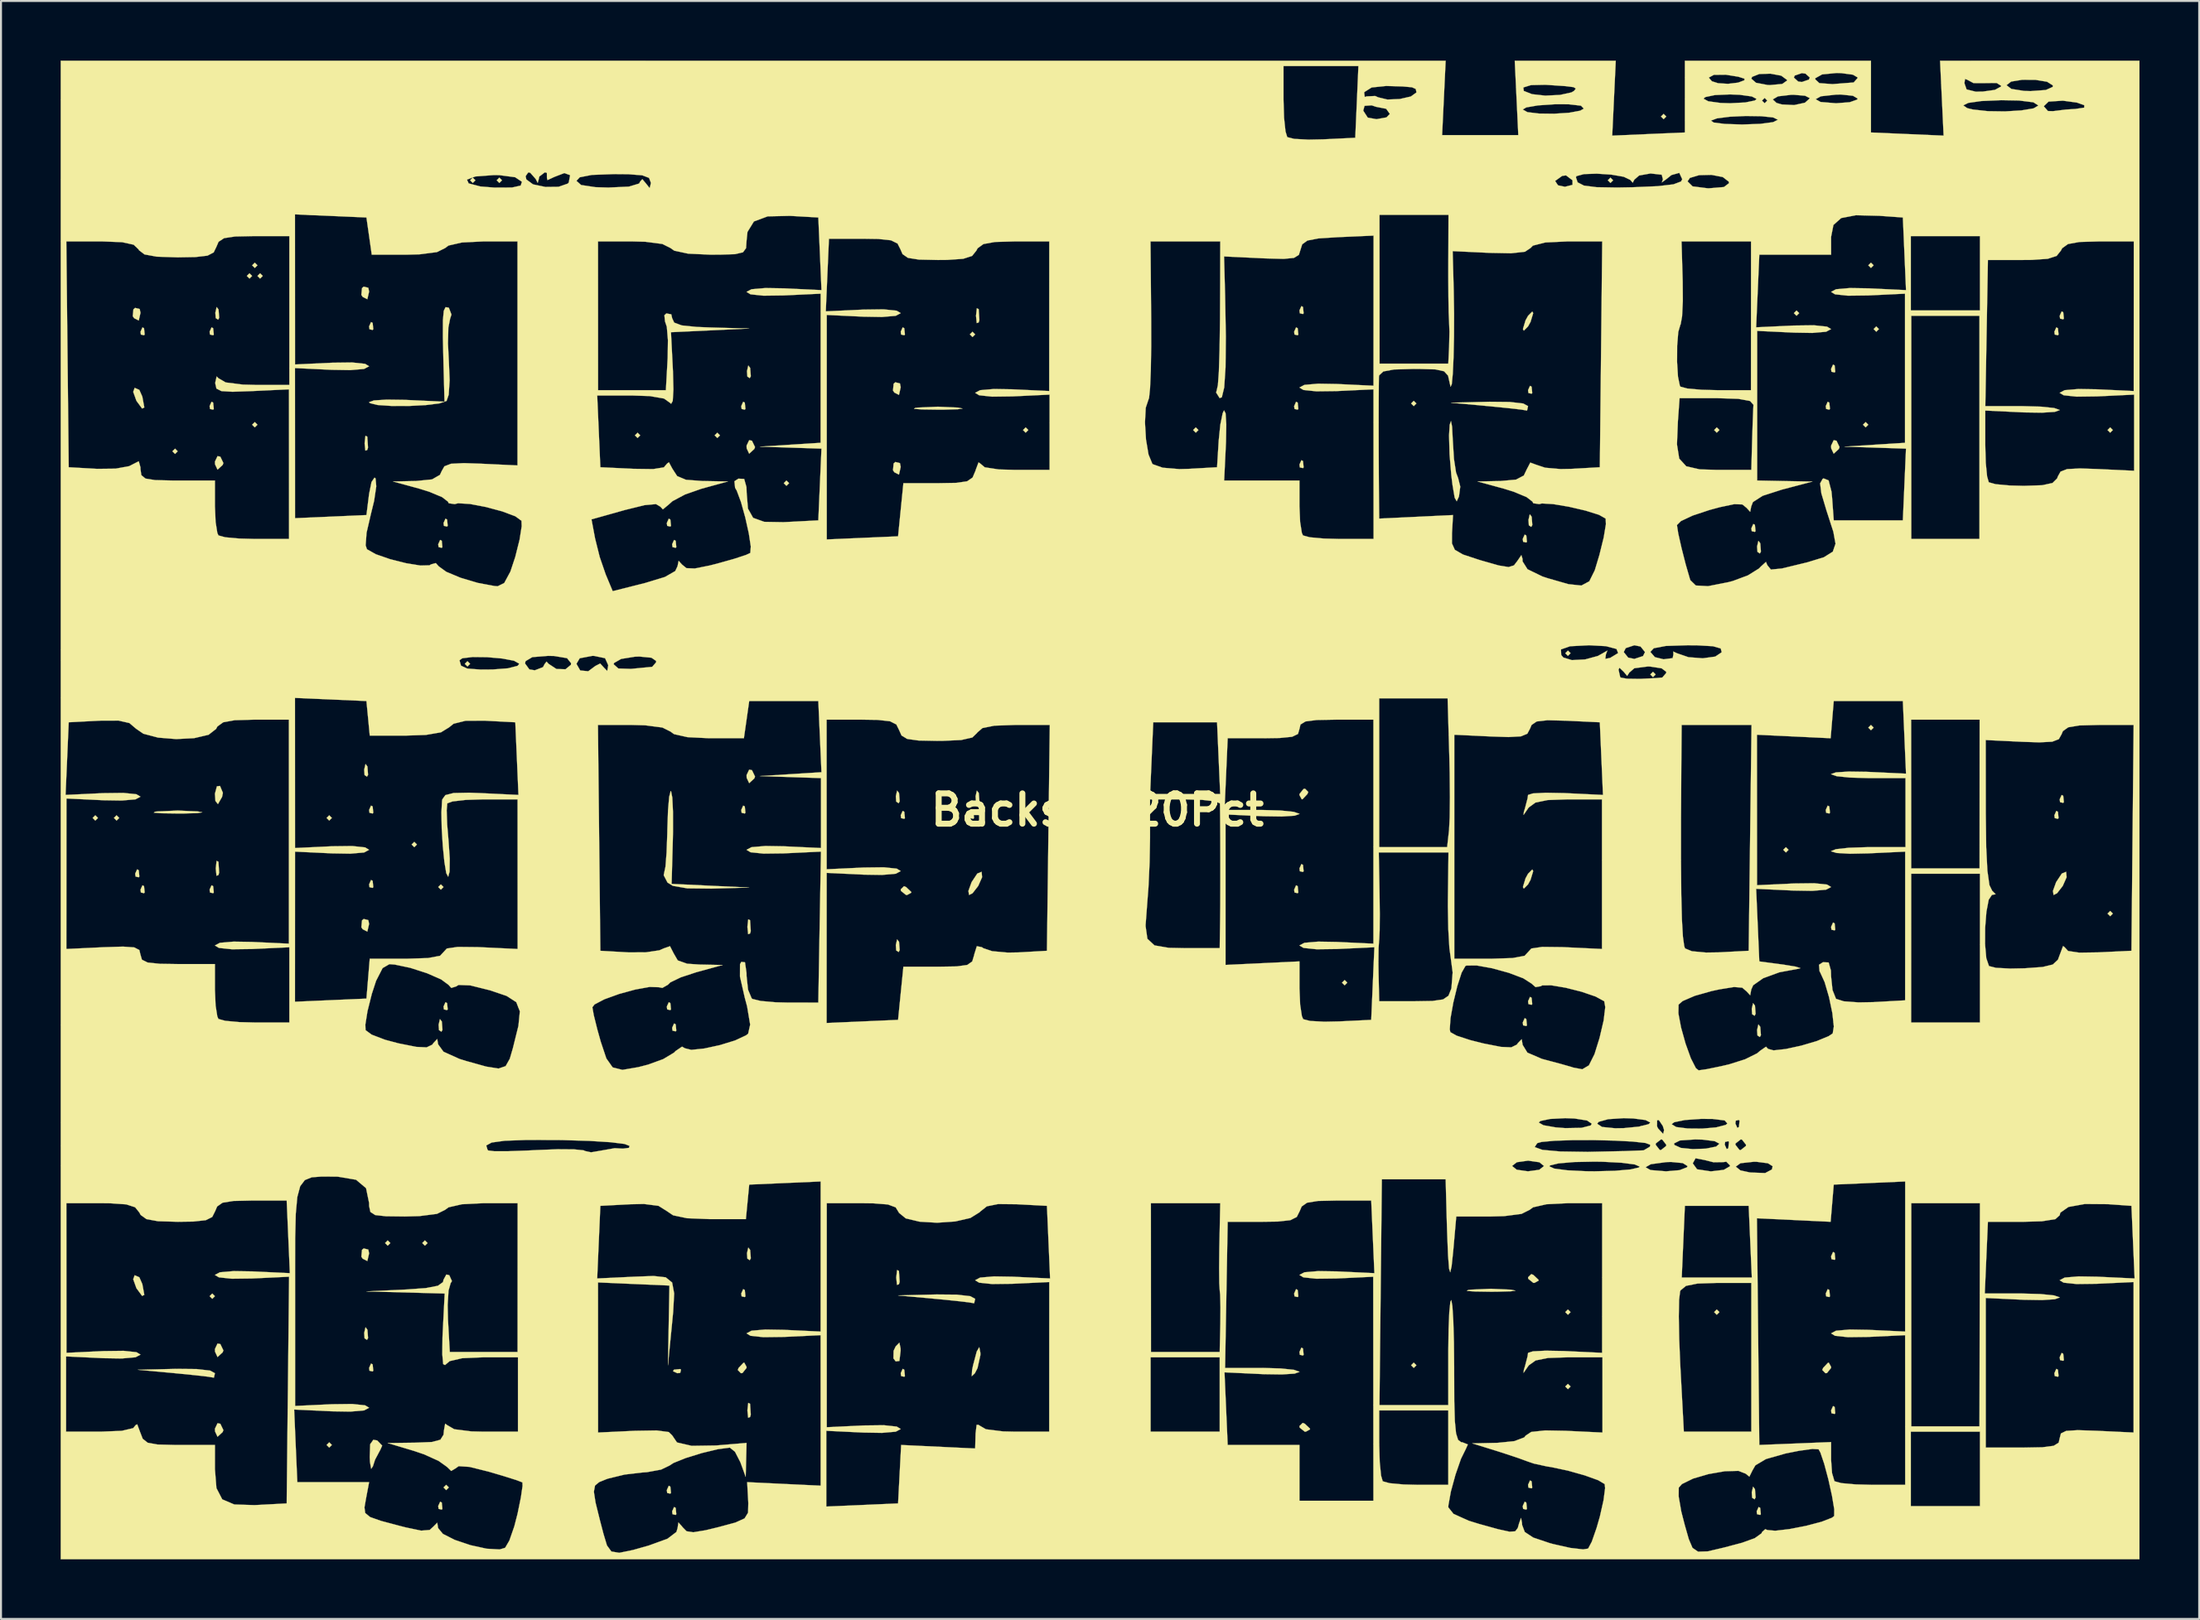
<source format=kicad_pcb>
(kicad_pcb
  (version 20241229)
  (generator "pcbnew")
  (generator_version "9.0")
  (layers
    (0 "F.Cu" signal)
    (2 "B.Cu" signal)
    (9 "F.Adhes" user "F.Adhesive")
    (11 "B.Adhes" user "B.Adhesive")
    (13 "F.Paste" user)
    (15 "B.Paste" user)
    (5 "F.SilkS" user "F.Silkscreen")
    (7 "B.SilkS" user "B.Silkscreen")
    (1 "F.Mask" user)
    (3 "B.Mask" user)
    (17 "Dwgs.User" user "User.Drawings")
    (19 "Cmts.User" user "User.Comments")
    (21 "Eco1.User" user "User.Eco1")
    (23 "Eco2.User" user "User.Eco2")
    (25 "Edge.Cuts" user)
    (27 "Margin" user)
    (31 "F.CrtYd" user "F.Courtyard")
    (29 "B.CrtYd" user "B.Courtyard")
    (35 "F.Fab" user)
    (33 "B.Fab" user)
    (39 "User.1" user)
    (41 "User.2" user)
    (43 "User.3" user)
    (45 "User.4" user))
  (footprint "Backside20Pct"
    (layer "F.Cu")
    (at 52.142 37.705)
    (property "Reference" "Backside20Pct" (at 0 0 0) (layer "F.SilkS") (effects (font (size 1.524 1.524) (thickness 0.3))))
    (attr through_hole)
    (fp_poly (pts (xy -32.837 -20.542) (xy -32.845 -20.542) (xy -32.837 -20.545) (xy -32.837 -20.542)) (stroke (width 0.01) (type solid)) (fill yes) (layer "F.SilkS"))
    (fp_poly (pts (xy -50.265 0.401) (xy -50.399 0.535) (xy -50.533 0.401) (xy -50.399 0.267) (xy -50.265 0.401)) (stroke (width 0.01) (type solid)) (fill yes) (layer "F.SilkS"))
    (fp_poly (pts (xy -49.196 0.401) (xy -49.329 0.535) (xy -49.463 0.401) (xy -49.329 0.267) (xy -49.196 0.401)) (stroke (width 0.01) (type solid)) (fill yes) (layer "F.SilkS"))
    (fp_poly (pts (xy -46.255 -18.047) (xy -46.388 -17.914) (xy -46.522 -18.047) (xy -46.388 -18.181) (xy -46.255 -18.047)) (stroke (width 0.01) (type solid)) (fill yes) (layer "F.SilkS"))
    (fp_poly (pts (xy -44.383 24.464) (xy -44.517 24.598) (xy -44.651 24.464) (xy -44.517 24.331) (xy -44.383 24.464)) (stroke (width 0.01) (type solid)) (fill yes) (layer "F.SilkS"))
    (fp_poly (pts (xy -42.512 -26.871) (xy -42.645 -26.737) (xy -42.779 -26.871) (xy -42.645 -27.004) (xy -42.512 -26.871)) (stroke (width 0.01) (type solid)) (fill yes) (layer "F.SilkS"))
    (fp_poly (pts (xy -42.244 -27.405) (xy -42.378 -27.272) (xy -42.512 -27.405) (xy -42.378 -27.539) (xy -42.244 -27.405)) (stroke (width 0.01) (type solid)) (fill yes) (layer "F.SilkS"))
    (fp_poly (pts (xy -42.244 -19.384) (xy -42.378 -19.251) (xy -42.512 -19.384) (xy -42.378 -19.518) (xy -42.244 -19.384)) (stroke (width 0.01) (type solid)) (fill yes) (layer "F.SilkS"))
    (fp_poly (pts (xy -41.977 -26.871) (xy -42.111 -26.737) (xy -42.244 -26.871) (xy -42.111 -27.004) (xy -41.977 -26.871)) (stroke (width 0.01) (type solid)) (fill yes) (layer "F.SilkS"))
    (fp_poly (pts (xy -38.501 0.401) (xy -38.635 0.535) (xy -38.768 0.401) (xy -38.635 0.267) (xy -38.501 0.401)) (stroke (width 0.01) (type solid)) (fill yes) (layer "F.SilkS"))
    (fp_poly (pts (xy -38.501 31.951) (xy -38.635 32.084) (xy -38.768 31.951) (xy -38.635 31.817) (xy -38.501 31.951)) (stroke (width 0.01) (type solid)) (fill yes) (layer "F.SilkS"))
    (fp_poly (pts (xy -35.56 21.791) (xy -35.694 21.924) (xy -35.827 21.791) (xy -35.694 21.657) (xy -35.56 21.791)) (stroke (width 0.01) (type solid)) (fill yes) (layer "F.SilkS"))
    (fp_poly (pts (xy -34.223 1.738) (xy -34.357 1.872) (xy -34.491 1.738) (xy -34.357 1.604) (xy -34.223 1.738)) (stroke (width 0.01) (type solid)) (fill yes) (layer "F.SilkS"))
    (fp_poly (pts (xy -33.688 21.791) (xy -33.822 21.924) (xy -33.956 21.791) (xy -33.822 21.657) (xy -33.688 21.791)) (stroke (width 0.01) (type solid)) (fill yes) (layer "F.SilkS"))
    (fp_poly (pts (xy -32.886 3.877) (xy -33.02 4.011) (xy -33.154 3.877) (xy -33.02 3.743) (xy -32.886 3.877)) (stroke (width 0.01) (type solid)) (fill yes) (layer "F.SilkS"))
    (fp_poly (pts (xy -32.619 34.089) (xy -32.753 34.223) (xy -32.886 34.089) (xy -32.753 33.956) (xy -32.619 34.089)) (stroke (width 0.01) (type solid)) (fill yes) (layer "F.SilkS"))
    (fp_poly (pts (xy -31.549 -7.353) (xy -31.683 -7.219) (xy -31.817 -7.353) (xy -31.683 -7.486) (xy -31.549 -7.353)) (stroke (width 0.01) (type solid)) (fill yes) (layer "F.SilkS"))
    (fp_poly (pts (xy -31.282 -31.683) (xy -31.416 -31.549) (xy -31.549 -31.683) (xy -31.416 -31.817) (xy -31.282 -31.683)) (stroke (width 0.01) (type solid)) (fill yes) (layer "F.SilkS"))
    (fp_poly (pts (xy -29.945 -31.683) (xy -30.079 -31.549) (xy -30.213 -31.683) (xy -30.079 -31.817) (xy -29.945 -31.683)) (stroke (width 0.01) (type solid)) (fill yes) (layer "F.SilkS"))
    (fp_poly (pts (xy -22.994 -18.849) (xy -23.127 -18.716) (xy -23.261 -18.849) (xy -23.127 -18.983) (xy -22.994 -18.849)) (stroke (width 0.01) (type solid)) (fill yes) (layer "F.SilkS"))
    (fp_poly (pts (xy -18.983 -18.849) (xy -19.117 -18.716) (xy -19.251 -18.849) (xy -19.117 -18.983) (xy -18.983 -18.849)) (stroke (width 0.01) (type solid)) (fill yes) (layer "F.SilkS"))
    (fp_poly (pts (xy -15.507 -16.443) (xy -15.641 -16.309) (xy -15.775 -16.443) (xy -15.641 -16.577) (xy -15.507 -16.443)) (stroke (width 0.01) (type solid)) (fill yes) (layer "F.SilkS"))
    (fp_poly (pts (xy -6.149 -23.929) (xy -6.283 -23.796) (xy -6.417 -23.929) (xy -6.283 -24.063) (xy -6.149 -23.929)) (stroke (width 0.01) (type solid)) (fill yes) (layer "F.SilkS"))
    (fp_poly (pts (xy -3.476 -19.117) (xy -3.609 -18.983) (xy -3.743 -19.117) (xy -3.609 -19.251) (xy -3.476 -19.117)) (stroke (width 0.01) (type solid)) (fill yes) (layer "F.SilkS"))
    (fp_poly (pts (xy 5.08 -19.117) (xy 4.946 -18.983) (xy 4.813 -19.117) (xy 4.946 -19.251) (xy 5.08 -19.117)) (stroke (width 0.01) (type solid)) (fill yes) (layer "F.SilkS"))
    (fp_poly (pts (xy 12.566 8.689) (xy 12.433 8.823) (xy 12.299 8.689) (xy 12.433 8.556) (xy 12.566 8.689)) (stroke (width 0.01) (type solid)) (fill yes) (layer "F.SilkS"))
    (fp_poly (pts (xy 16.042 -20.454) (xy 15.908 -20.32) (xy 15.775 -20.454) (xy 15.908 -20.587) (xy 16.042 -20.454)) (stroke (width 0.01) (type solid)) (fill yes) (layer "F.SilkS"))
    (fp_poly (pts (xy 16.042 27.94) (xy 15.908 28.074) (xy 15.775 27.94) (xy 15.908 27.806) (xy 16.042 27.94)) (stroke (width 0.01) (type solid)) (fill yes) (layer "F.SilkS"))
    (fp_poly (pts (xy 23.796 -7.887) (xy 23.662 -7.754) (xy 23.528 -7.887) (xy 23.662 -8.021) (xy 23.796 -7.887)) (stroke (width 0.01) (type solid)) (fill yes) (layer "F.SilkS"))
    (fp_poly (pts (xy 23.796 25.266) (xy 23.662 25.4) (xy 23.528 25.266) (xy 23.662 25.133) (xy 23.796 25.266)) (stroke (width 0.01) (type solid)) (fill yes) (layer "F.SilkS"))
    (fp_poly (pts (xy 23.796 29.009) (xy 23.662 29.143) (xy 23.528 29.009) (xy 23.662 28.876) (xy 23.796 29.009)) (stroke (width 0.01) (type solid)) (fill yes) (layer "F.SilkS"))
    (fp_poly (pts (xy 25.935 -31.683) (xy 25.801 -31.549) (xy 25.667 -31.683) (xy 25.801 -31.817) (xy 25.935 -31.683)) (stroke (width 0.01) (type solid)) (fill yes) (layer "F.SilkS"))
    (fp_poly (pts (xy 28.074 -6.818) (xy 27.94 -6.684) (xy 27.806 -6.818) (xy 27.94 -6.952) (xy 28.074 -6.818)) (stroke (width 0.01) (type solid)) (fill yes) (layer "F.SilkS"))
    (fp_poly (pts (xy 28.608 -34.892) (xy 28.475 -34.758) (xy 28.341 -34.892) (xy 28.475 -35.025) (xy 28.608 -34.892)) (stroke (width 0.01) (type solid)) (fill yes) (layer "F.SilkS"))
    (fp_poly (pts (xy 31.282 -19.117) (xy 31.148 -18.983) (xy 31.015 -19.117) (xy 31.148 -19.251) (xy 31.282 -19.117)) (stroke (width 0.01) (type solid)) (fill yes) (layer "F.SilkS"))
    (fp_poly (pts (xy 31.282 25.266) (xy 31.148 25.4) (xy 31.015 25.266) (xy 31.148 25.133) (xy 31.282 25.266)) (stroke (width 0.01) (type solid)) (fill yes) (layer "F.SilkS"))
    (fp_poly (pts (xy 34.758 2.005) (xy 34.624 2.139) (xy 34.491 2.005) (xy 34.624 1.872) (xy 34.758 2.005)) (stroke (width 0.01) (type solid)) (fill yes) (layer "F.SilkS"))
    (fp_poly (pts (xy 35.293 -24.999) (xy 35.159 -24.865) (xy 35.025 -24.999) (xy 35.159 -25.133) (xy 35.293 -24.999)) (stroke (width 0.01) (type solid)) (fill yes) (layer "F.SilkS"))
    (fp_poly (pts (xy 38.768 -19.384) (xy 38.635 -19.251) (xy 38.501 -19.384) (xy 38.635 -19.518) (xy 38.768 -19.384)) (stroke (width 0.01) (type solid)) (fill yes) (layer "F.SilkS"))
    (fp_poly (pts (xy 39.036 -27.405) (xy 38.902 -27.272) (xy 38.768 -27.405) (xy 38.902 -27.539) (xy 39.036 -27.405)) (stroke (width 0.01) (type solid)) (fill yes) (layer "F.SilkS"))
    (fp_poly (pts (xy 39.036 -4.144) (xy 38.902 -4.011) (xy 38.768 -4.144) (xy 38.902 -4.278) (xy 39.036 -4.144)) (stroke (width 0.01) (type solid)) (fill yes) (layer "F.SilkS"))
    (fp_poly (pts (xy 39.303 -24.197) (xy 39.169 -24.063) (xy 39.036 -24.197) (xy 39.169 -24.331) (xy 39.303 -24.197)) (stroke (width 0.01) (type solid)) (fill yes) (layer "F.SilkS"))
    (fp_poly (pts (xy 51.067 -19.117) (xy 50.934 -18.983) (xy 50.8 -19.117) (xy 50.934 -19.251) (xy 51.067 -19.117)) (stroke (width 0.01) (type solid)) (fill yes) (layer "F.SilkS"))
    (fp_poly (pts (xy 51.067 5.214) (xy 50.934 5.347) (xy 50.8 5.214) (xy 50.934 5.08) (xy 51.067 5.214)) (stroke (width 0.01) (type solid)) (fill yes) (layer "F.SilkS"))
    (fp_poly (pts (xy -48.215 3.03) (xy -48.183 3.347) (xy -48.215 3.387) (xy -48.374 3.35) (xy -48.394 3.208) (xy -48.296 2.988) (xy -48.215 3.03)) (stroke (width 0.01) (type solid)) (fill yes) (layer "F.SilkS"))
    (fp_poly (pts (xy -47.948 -24.241) (xy -47.916 -23.924) (xy -47.948 -23.885) (xy -48.107 -23.922) (xy -48.126 -24.063) (xy -48.028 -24.283) (xy -47.948 -24.241)) (stroke (width 0.01) (type solid)) (fill yes) (layer "F.SilkS"))
    (fp_poly (pts (xy -47.948 3.832) (xy -47.916 4.15) (xy -47.948 4.189) (xy -48.107 4.152) (xy -48.126 4.011) (xy -48.028 3.79) (xy -47.948 3.832)) (stroke (width 0.01) (type solid)) (fill yes) (layer "F.SilkS"))
    (fp_poly (pts (xy -44.472 -24.241) (xy -44.44 -23.924) (xy -44.472 -23.885) (xy -44.631 -23.922) (xy -44.651 -24.063) (xy -44.553 -24.283) (xy -44.472 -24.241)) (stroke (width 0.01) (type solid)) (fill yes) (layer "F.SilkS"))
    (fp_poly (pts (xy -44.472 -20.498) (xy -44.44 -20.181) (xy -44.472 -20.142) (xy -44.631 -20.178) (xy -44.651 -20.32) (xy -44.553 -20.54) (xy -44.472 -20.498)) (stroke (width 0.01) (type solid)) (fill yes) (layer "F.SilkS"))
    (fp_poly (pts (xy -44.472 3.832) (xy -44.44 4.15) (xy -44.472 4.189) (xy -44.631 4.152) (xy -44.651 4.011) (xy -44.553 3.79) (xy -44.472 3.832)) (stroke (width 0.01) (type solid)) (fill yes) (layer "F.SilkS"))
    (fp_poly (pts (xy -44.206 2.607) (xy -44.171 3.154) (xy -44.206 3.275) (xy -44.304 3.309) (xy -44.341 2.941) (xy -44.299 2.561) (xy -44.206 2.607)) (stroke (width 0.01) (type solid)) (fill yes) (layer "F.SilkS"))
    (fp_poly (pts (xy -44.201 -25.183) (xy -44.169 -24.765) (xy -44.222 -24.67) (xy -44.343 -24.75) (xy -44.362 -25.021) (xy -44.297 -25.307) (xy -44.201 -25.183)) (stroke (width 0.01) (type solid)) (fill yes) (layer "F.SilkS"))
    (fp_poly (pts (xy -36.72 -18.783) (xy -36.684 -18.235) (xy -36.72 -18.114) (xy -36.817 -18.081) (xy -36.855 -18.448) (xy -36.813 -18.828) (xy -36.72 -18.783)) (stroke (width 0.01) (type solid)) (fill yes) (layer "F.SilkS"))
    (fp_poly (pts (xy -36.714 -2.189) (xy -36.682 -1.771) (xy -36.735 -1.677) (xy -36.857 -1.756) (xy -36.876 -2.028) (xy -36.81 -2.313) (xy -36.714 -2.189)) (stroke (width 0.01) (type solid)) (fill yes) (layer "F.SilkS"))
    (fp_poly (pts (xy -36.714 26.152) (xy -36.682 26.57) (xy -36.735 26.664) (xy -36.857 26.585) (xy -36.876 26.314) (xy -36.81 26.028) (xy -36.714 26.152)) (stroke (width 0.01) (type solid)) (fill yes) (layer "F.SilkS"))
    (fp_poly (pts (xy -36.451 -24.509) (xy -36.419 -24.191) (xy -36.451 -24.152) (xy -36.61 -24.189) (xy -36.629 -24.331) (xy -36.532 -24.551) (xy -36.451 -24.509)) (stroke (width 0.01) (type solid)) (fill yes) (layer "F.SilkS"))
    (fp_poly (pts (xy -36.451 -0.178) (xy -36.419 0.139) (xy -36.451 0.178) (xy -36.61 0.142) (xy -36.629 0) (xy -36.532 -0.22) (xy -36.451 -0.178)) (stroke (width 0.01) (type solid)) (fill yes) (layer "F.SilkS"))
    (fp_poly (pts (xy -36.451 3.565) (xy -36.419 3.882) (xy -36.451 3.921) (xy -36.61 3.885) (xy -36.629 3.743) (xy -36.532 3.523) (xy -36.451 3.565)) (stroke (width 0.01) (type solid)) (fill yes) (layer "F.SilkS"))
    (fp_poly (pts (xy -36.451 27.895) (xy -36.419 28.213) (xy -36.451 28.252) (xy -36.61 28.215) (xy -36.629 28.074) (xy -36.532 27.854) (xy -36.451 27.895)) (stroke (width 0.01) (type solid)) (fill yes) (layer "F.SilkS"))
    (fp_poly (pts (xy -32.975 -13.547) (xy -32.943 -13.229) (xy -32.975 -13.19) (xy -33.134 -13.227) (xy -33.154 -13.368) (xy -33.056 -13.588) (xy -32.975 -13.547)) (stroke (width 0.01) (type solid)) (fill yes) (layer "F.SilkS"))
    (fp_poly (pts (xy -32.975 34.847) (xy -32.943 35.164) (xy -32.975 35.204) (xy -33.134 35.167) (xy -33.154 35.025) (xy -33.056 34.805) (xy -32.975 34.847)) (stroke (width 0.01) (type solid)) (fill yes) (layer "F.SilkS"))
    (fp_poly (pts (xy -32.971 10.645) (xy -32.939 11.062) (xy -32.992 11.157) (xy -33.114 11.077) (xy -33.133 10.806) (xy -33.067 10.521) (xy -32.971 10.645)) (stroke (width 0.01) (type solid)) (fill yes) (layer "F.SilkS"))
    (fp_poly (pts (xy -32.708 -14.616) (xy -32.676 -14.299) (xy -32.708 -14.26) (xy -32.867 -14.296) (xy -32.886 -14.438) (xy -32.788 -14.658) (xy -32.708 -14.616)) (stroke (width 0.01) (type solid)) (fill yes) (layer "F.SilkS"))
    (fp_poly (pts (xy -32.708 9.714) (xy -32.676 10.032) (xy -32.708 10.071) (xy -32.867 10.034) (xy -32.886 9.893) (xy -32.788 9.673) (xy -32.708 9.714)) (stroke (width 0.01) (type solid)) (fill yes) (layer "F.SilkS"))
    (fp_poly (pts (xy -21.479 -14.616) (xy -21.447 -14.299) (xy -21.479 -14.26) (xy -21.638 -14.296) (xy -21.657 -14.438) (xy -21.559 -14.658) (xy -21.479 -14.616)) (stroke (width 0.01) (type solid)) (fill yes) (layer "F.SilkS"))
    (fp_poly (pts (xy -21.479 9.714) (xy -21.447 10.032) (xy -21.479 10.071) (xy -21.638 10.034) (xy -21.657 9.893) (xy -21.559 9.673) (xy -21.479 9.714)) (stroke (width 0.01) (type solid)) (fill yes) (layer "F.SilkS"))
    (fp_poly (pts (xy -21.479 34.045) (xy -21.447 34.362) (xy -21.479 34.401) (xy -21.638 34.365) (xy -21.657 34.223) (xy -21.559 34.003) (xy -21.479 34.045)) (stroke (width 0.01) (type solid)) (fill yes) (layer "F.SilkS"))
    (fp_poly (pts (xy -21.211 -13.547) (xy -21.179 -13.229) (xy -21.211 -13.19) (xy -21.37 -13.227) (xy -21.389 -13.368) (xy -21.292 -13.588) (xy -21.211 -13.547)) (stroke (width 0.01) (type solid)) (fill yes) (layer "F.SilkS"))
    (fp_poly (pts (xy -21.211 10.784) (xy -21.179 11.101) (xy -21.211 11.14) (xy -21.37 11.104) (xy -21.389 10.962) (xy -21.292 10.742) (xy -21.211 10.784)) (stroke (width 0.01) (type solid)) (fill yes) (layer "F.SilkS"))
    (fp_poly (pts (xy -21.211 35.114) (xy -21.179 35.432) (xy -21.211 35.471) (xy -21.37 35.434) (xy -21.389 35.293) (xy -21.292 35.073) (xy -21.211 35.114)) (stroke (width 0.01) (type solid)) (fill yes) (layer "F.SilkS"))
    (fp_poly (pts (xy -20.944 28.163) (xy -20.981 28.322) (xy -21.122 28.341) (xy -21.342 28.243) (xy -21.3 28.163) (xy -20.983 28.131) (xy -20.944 28.163)) (stroke (width 0.01) (type solid)) (fill yes) (layer "F.SilkS"))
    (fp_poly (pts (xy -17.735 -20.498) (xy -17.703 -20.181) (xy -17.735 -20.142) (xy -17.894 -20.178) (xy -17.914 -20.32) (xy -17.816 -20.54) (xy -17.735 -20.498)) (stroke (width 0.01) (type solid)) (fill yes) (layer "F.SilkS"))
    (fp_poly (pts (xy -17.735 -0.178) (xy -17.703 0.139) (xy -17.735 0.178) (xy -17.894 0.142) (xy -17.914 0) (xy -17.816 -0.22) (xy -17.735 -0.178)) (stroke (width 0.01) (type solid)) (fill yes) (layer "F.SilkS"))
    (fp_poly (pts (xy -17.735 24.152) (xy -17.703 24.47) (xy -17.735 24.509) (xy -17.894 24.472) (xy -17.914 24.331) (xy -17.816 24.11) (xy -17.735 24.152)) (stroke (width 0.01) (type solid)) (fill yes) (layer "F.SilkS"))
    (fp_poly (pts (xy -17.469 5.548) (xy -17.434 6.095) (xy -17.469 6.216) (xy -17.567 6.25) (xy -17.604 5.882) (xy -17.562 5.503) (xy -17.469 5.548)) (stroke (width 0.01) (type solid)) (fill yes) (layer "F.SilkS"))
    (fp_poly (pts (xy -17.469 29.878) (xy -17.434 30.426) (xy -17.469 30.547) (xy -17.567 30.58) (xy -17.604 30.213) (xy -17.562 29.833) (xy -17.469 29.878)) (stroke (width 0.01) (type solid)) (fill yes) (layer "F.SilkS"))
    (fp_poly (pts (xy -17.464 -22.242) (xy -17.432 -21.824) (xy -17.485 -21.729) (xy -17.606 -21.809) (xy -17.625 -22.08) (xy -17.56 -22.365) (xy -17.464 -22.242)) (stroke (width 0.01) (type solid)) (fill yes) (layer "F.SilkS"))
    (fp_poly (pts (xy -17.464 22.141) (xy -17.432 22.559) (xy -17.485 22.654) (xy -17.606 22.574) (xy -17.625 22.303) (xy -17.56 22.018) (xy -17.464 22.141)) (stroke (width 0.01) (type solid)) (fill yes) (layer "F.SilkS"))
    (fp_poly (pts (xy -9.983 23.194) (xy -9.948 23.742) (xy -9.983 23.863) (xy -10.081 23.896) (xy -10.118 23.528) (xy -10.076 23.149) (xy -9.983 23.194)) (stroke (width 0.01) (type solid)) (fill yes) (layer "F.SilkS"))
    (fp_poly (pts (xy -9.977 -0.852) (xy -9.945 -0.434) (xy -9.998 -0.34) (xy -10.12 -0.42) (xy -10.139 -0.691) (xy -10.074 -0.976) (xy -9.977 -0.852)) (stroke (width 0.01) (type solid)) (fill yes) (layer "F.SilkS"))
    (fp_poly (pts (xy -9.977 6.634) (xy -9.945 7.052) (xy -9.998 7.147) (xy -10.12 7.067) (xy -10.139 6.796) (xy -10.074 6.51) (xy -9.977 6.634)) (stroke (width 0.01) (type solid)) (fill yes) (layer "F.SilkS"))
    (fp_poly (pts (xy -9.714 -24.241) (xy -9.682 -23.924) (xy -9.714 -23.885) (xy -9.873 -23.922) (xy -9.893 -24.063) (xy -9.795 -24.283) (xy -9.714 -24.241)) (stroke (width 0.01) (type solid)) (fill yes) (layer "F.SilkS"))
    (fp_poly (pts (xy -9.714 0.089) (xy -9.682 0.406) (xy -9.714 0.446) (xy -9.873 0.409) (xy -9.893 0.267) (xy -9.795 0.047) (xy -9.714 0.089)) (stroke (width 0.01) (type solid)) (fill yes) (layer "F.SilkS"))
    (fp_poly (pts (xy -9.714 28.163) (xy -9.682 28.48) (xy -9.714 28.519) (xy -9.873 28.483) (xy -9.893 28.341) (xy -9.795 28.121) (xy -9.714 28.163)) (stroke (width 0.01) (type solid)) (fill yes) (layer "F.SilkS"))
    (fp_poly (pts (xy -6.239 0.089) (xy -6.207 0.406) (xy -6.239 0.446) (xy -6.398 0.409) (xy -6.417 0.267) (xy -6.319 0.047) (xy -6.239 0.089)) (stroke (width 0.01) (type solid)) (fill yes) (layer "F.SilkS"))
    (fp_poly (pts (xy -5.972 -25.199) (xy -5.937 -24.652) (xy -5.972 -24.531) (xy -6.07 -24.497) (xy -6.107 -24.865) (xy -6.065 -25.245) (xy -5.972 -25.199)) (stroke (width 0.01) (type solid)) (fill yes) (layer "F.SilkS"))
    (fp_poly (pts (xy -5.967 -0.852) (xy -5.935 -0.434) (xy -5.988 -0.34) (xy -6.109 -0.42) (xy -6.128 -0.691) (xy -6.063 -0.976) (xy -5.967 -0.852)) (stroke (width 0.01) (type solid)) (fill yes) (layer "F.SilkS"))
    (fp_poly (pts (xy 10.071 -24.241) (xy 10.103 -23.924) (xy 10.071 -23.885) (xy 9.912 -23.922) (xy 9.893 -24.063) (xy 9.99 -24.283) (xy 10.071 -24.241)) (stroke (width 0.01) (type solid)) (fill yes) (layer "F.SilkS"))
    (fp_poly (pts (xy 10.071 -20.498) (xy 10.103 -20.181) (xy 10.071 -20.142) (xy 9.912 -20.178) (xy 9.893 -20.32) (xy 9.99 -20.54) (xy 10.071 -20.498)) (stroke (width 0.01) (type solid)) (fill yes) (layer "F.SilkS"))
    (fp_poly (pts (xy 10.071 3.832) (xy 10.103 4.15) (xy 10.071 4.189) (xy 9.912 4.152) (xy 9.893 4.011) (xy 9.99 3.79) (xy 10.071 3.832)) (stroke (width 0.01) (type solid)) (fill yes) (layer "F.SilkS"))
    (fp_poly (pts (xy 10.071 24.152) (xy 10.103 24.47) (xy 10.071 24.509) (xy 9.912 24.472) (xy 9.893 24.331) (xy 9.99 24.11) (xy 10.071 24.152)) (stroke (width 0.01) (type solid)) (fill yes) (layer "F.SilkS"))
    (fp_poly (pts (xy 10.338 -25.311) (xy 10.37 -24.994) (xy 10.338 -24.954) (xy 10.179 -24.991) (xy 10.16 -25.133) (xy 10.258 -25.353) (xy 10.338 -25.311)) (stroke (width 0.01) (type solid)) (fill yes) (layer "F.SilkS"))
    (fp_poly (pts (xy 10.338 -17.557) (xy 10.37 -17.24) (xy 10.338 -17.201) (xy 10.179 -17.237) (xy 10.16 -17.379) (xy 10.258 -17.599) (xy 10.338 -17.557)) (stroke (width 0.01) (type solid)) (fill yes) (layer "F.SilkS"))
    (fp_poly (pts (xy 10.338 2.763) (xy 10.37 3.08) (xy 10.338 3.119) (xy 10.179 3.083) (xy 10.16 2.941) (xy 10.258 2.721) (xy 10.338 2.763)) (stroke (width 0.01) (type solid)) (fill yes) (layer "F.SilkS"))
    (fp_poly (pts (xy 10.338 27.093) (xy 10.37 27.411) (xy 10.338 27.45) (xy 10.179 27.413) (xy 10.16 27.272) (xy 10.258 27.052) (xy 10.338 27.093)) (stroke (width 0.01) (type solid)) (fill yes) (layer "F.SilkS"))
    (fp_poly (pts (xy 21.568 -13.814) (xy 21.6 -13.497) (xy 21.568 -13.458) (xy 21.409 -13.494) (xy 21.389 -13.636) (xy 21.487 -13.856) (xy 21.568 -13.814)) (stroke (width 0.01) (type solid)) (fill yes) (layer "F.SilkS"))
    (fp_poly (pts (xy 21.568 10.516) (xy 21.6 10.834) (xy 21.568 10.873) (xy 21.409 10.836) (xy 21.389 10.695) (xy 21.487 10.475) (xy 21.568 10.516)) (stroke (width 0.01) (type solid)) (fill yes) (layer "F.SilkS"))
    (fp_poly (pts (xy 21.568 34.847) (xy 21.6 35.164) (xy 21.568 35.204) (xy 21.409 35.167) (xy 21.389 35.025) (xy 21.487 34.805) (xy 21.568 34.847)) (stroke (width 0.01) (type solid)) (fill yes) (layer "F.SilkS"))
    (fp_poly (pts (xy 21.835 -21.3) (xy 21.867 -20.983) (xy 21.835 -20.944) (xy 21.676 -20.981) (xy 21.657 -21.122) (xy 21.755 -21.342) (xy 21.835 -21.3)) (stroke (width 0.01) (type solid)) (fill yes) (layer "F.SilkS"))
    (fp_poly (pts (xy 21.835 9.447) (xy 21.867 9.764) (xy 21.835 9.804) (xy 21.676 9.767) (xy 21.657 9.625) (xy 21.755 9.405) (xy 21.835 9.447)) (stroke (width 0.01) (type solid)) (fill yes) (layer "F.SilkS"))
    (fp_poly (pts (xy 21.835 33.778) (xy 21.867 34.095) (xy 21.835 34.134) (xy 21.676 34.097) (xy 21.657 33.956) (xy 21.755 33.736) (xy 21.835 33.778)) (stroke (width 0.01) (type solid)) (fill yes) (layer "F.SilkS"))
    (fp_poly (pts (xy 21.839 -14.755) (xy 21.871 -14.338) (xy 21.818 -14.243) (xy 21.697 -14.323) (xy 21.678 -14.594) (xy 21.743 -14.879) (xy 21.839 -14.755)) (stroke (width 0.01) (type solid)) (fill yes) (layer "F.SilkS"))
    (fp_poly (pts (xy 33.065 -14.349) (xy 33.097 -14.031) (xy 33.065 -13.992) (xy 32.906 -14.029) (xy 32.886 -14.171) (xy 32.984 -14.391) (xy 33.065 -14.349)) (stroke (width 0.01) (type solid)) (fill yes) (layer "F.SilkS"))
    (fp_poly (pts (xy 33.069 9.842) (xy 33.101 10.26) (xy 33.048 10.355) (xy 32.926 10.275) (xy 32.907 10.004) (xy 32.973 9.719) (xy 33.069 9.842)) (stroke (width 0.01) (type solid)) (fill yes) (layer "F.SilkS"))
    (fp_poly (pts (xy 33.069 34.173) (xy 33.101 34.591) (xy 33.048 34.685) (xy 32.926 34.606) (xy 32.907 34.335) (xy 32.973 34.049) (xy 33.069 34.173)) (stroke (width 0.01) (type solid)) (fill yes) (layer "F.SilkS"))
    (fp_poly (pts (xy 33.332 35.114) (xy 33.364 35.432) (xy 33.332 35.471) (xy 33.173 35.434) (xy 33.154 35.293) (xy 33.252 35.073) (xy 33.332 35.114)) (stroke (width 0.01) (type solid)) (fill yes) (layer "F.SilkS"))
    (fp_poly (pts (xy 33.336 -13.419) (xy 33.368 -13.001) (xy 33.315 -12.906) (xy 33.194 -12.986) (xy 33.175 -13.257) (xy 33.24 -13.542) (xy 33.336 -13.419)) (stroke (width 0.01) (type solid)) (fill yes) (layer "F.SilkS"))
    (fp_poly (pts (xy 33.336 10.912) (xy 33.368 11.33) (xy 33.315 11.424) (xy 33.194 11.345) (xy 33.175 11.074) (xy 33.24 10.788) (xy 33.336 10.912)) (stroke (width 0.01) (type solid)) (fill yes) (layer "F.SilkS"))
    (fp_poly (pts (xy 36.808 -20.498) (xy 36.84 -20.181) (xy 36.808 -20.142) (xy 36.649 -20.178) (xy 36.629 -20.32) (xy 36.727 -20.54) (xy 36.808 -20.498)) (stroke (width 0.01) (type solid)) (fill yes) (layer "F.SilkS"))
    (fp_poly (pts (xy 36.808 -0.178) (xy 36.84 0.139) (xy 36.808 0.178) (xy 36.649 0.142) (xy 36.629 0) (xy 36.727 -0.22) (xy 36.808 -0.178)) (stroke (width 0.01) (type solid)) (fill yes) (layer "F.SilkS"))
    (fp_poly (pts (xy 36.808 24.152) (xy 36.84 24.47) (xy 36.808 24.509) (xy 36.649 24.472) (xy 36.629 24.331) (xy 36.727 24.11) (xy 36.808 24.152)) (stroke (width 0.01) (type solid)) (fill yes) (layer "F.SilkS"))
    (fp_poly (pts (xy 37.075 -22.37) (xy 37.107 -22.053) (xy 37.075 -22.013) (xy 36.916 -22.05) (xy 36.897 -22.192) (xy 36.995 -22.412) (xy 37.075 -22.37)) (stroke (width 0.01) (type solid)) (fill yes) (layer "F.SilkS"))
    (fp_poly (pts (xy 37.075 5.704) (xy 37.107 6.021) (xy 37.075 6.06) (xy 36.916 6.024) (xy 36.897 5.882) (xy 36.995 5.662) (xy 37.075 5.704)) (stroke (width 0.01) (type solid)) (fill yes) (layer "F.SilkS"))
    (fp_poly (pts (xy 37.075 22.281) (xy 37.107 22.598) (xy 37.075 22.637) (xy 36.916 22.6) (xy 36.897 22.459) (xy 36.995 22.239) (xy 37.075 22.281)) (stroke (width 0.01) (type solid)) (fill yes) (layer "F.SilkS"))
    (fp_poly (pts (xy 37.075 30.034) (xy 37.107 30.352) (xy 37.075 30.391) (xy 36.916 30.354) (xy 36.897 30.213) (xy 36.995 29.993) (xy 37.075 30.034)) (stroke (width 0.01) (type solid)) (fill yes) (layer "F.SilkS"))
    (fp_poly (pts (xy 48.305 -24.241) (xy 48.337 -23.924) (xy 48.305 -23.885) (xy 48.146 -23.922) (xy 48.126 -24.063) (xy 48.224 -24.283) (xy 48.305 -24.241)) (stroke (width 0.01) (type solid)) (fill yes) (layer "F.SilkS"))
    (fp_poly (pts (xy 48.305 0.089) (xy 48.337 0.406) (xy 48.305 0.446) (xy 48.146 0.409) (xy 48.126 0.267) (xy 48.224 0.047) (xy 48.305 0.089)) (stroke (width 0.01) (type solid)) (fill yes) (layer "F.SilkS"))
    (fp_poly (pts (xy 48.305 28.163) (xy 48.337 28.48) (xy 48.305 28.519) (xy 48.146 28.483) (xy 48.126 28.341) (xy 48.224 28.121) (xy 48.305 28.163)) (stroke (width 0.01) (type solid)) (fill yes) (layer "F.SilkS"))
    (fp_poly (pts (xy 48.572 -25.044) (xy 48.604 -24.726) (xy 48.572 -24.687) (xy 48.413 -24.724) (xy 48.394 -24.865) (xy 48.492 -25.085) (xy 48.572 -25.044)) (stroke (width 0.01) (type solid)) (fill yes) (layer "F.SilkS"))
    (fp_poly (pts (xy 48.572 -0.713) (xy 48.604 -0.396) (xy 48.572 -0.356) (xy 48.413 -0.393) (xy 48.394 -0.535) (xy 48.492 -0.755) (xy 48.572 -0.713)) (stroke (width 0.01) (type solid)) (fill yes) (layer "F.SilkS"))
    (fp_poly (pts (xy 48.572 27.361) (xy 48.604 27.678) (xy 48.572 27.717) (xy 48.413 27.68) (xy 48.394 27.539) (xy 48.492 27.319) (xy 48.572 27.361)) (stroke (width 0.01) (type solid)) (fill yes) (layer "F.SilkS"))
    (fp_poly (pts (xy -48.184 -21.137) (xy -48.034 -20.797) (xy -47.934 -20.253) (xy -48.045 -20.199) (xy -48.331 -20.587) (xy -48.493 -21.039) (xy -48.419 -21.24) (xy -48.184 -21.137)) (stroke (width 0.01) (type solid)) (fill yes) (layer "F.SilkS"))
    (fp_poly (pts (xy -48.184 23.514) (xy -48.034 23.854) (xy -47.934 24.398) (xy -48.045 24.451) (xy -48.331 24.063) (xy -48.493 23.611) (xy -48.419 23.41) (xy -48.184 23.514)) (stroke (width 0.01) (type solid)) (fill yes) (layer "F.SilkS"))
    (fp_poly (pts (xy -48.166 -25.206) (xy -48.126 -25.015) (xy -48.214 -24.628) (xy -48.446 -24.744) (xy -48.516 -24.847) (xy -48.482 -25.19) (xy -48.398 -25.264) (xy -48.166 -25.206)) (stroke (width 0.01) (type solid)) (fill yes) (layer "F.SilkS"))
    (fp_poly (pts (xy -44.111 -17.777) (xy -43.957 -17.457) (xy -43.994 -17.36) (xy -44.252 -17.123) (xy -44.378 -17.393) (xy -44.383 -17.528) (xy -44.252 -17.804) (xy -44.111 -17.777)) (stroke (width 0.01) (type solid)) (fill yes) (layer "F.SilkS"))
    (fp_poly (pts (xy -44.111 26.873) (xy -43.957 27.194) (xy -43.994 27.29) (xy -44.252 27.527) (xy -44.378 27.257) (xy -44.383 27.122) (xy -44.252 26.847) (xy -44.111 26.873)) (stroke (width 0.01) (type solid)) (fill yes) (layer "F.SilkS"))
    (fp_poly (pts (xy -44.111 30.884) (xy -43.957 31.204) (xy -43.994 31.301) (xy -44.252 31.538) (xy -44.378 31.268) (xy -44.383 31.133) (xy -44.252 30.857) (xy -44.111 30.884)) (stroke (width 0.01) (type solid)) (fill yes) (layer "F.SilkS"))
    (fp_poly (pts (xy -43.982 -0.863) (xy -44.022 -0.66) (xy -44.231 -0.296) (xy -44.358 -0.451) (xy -44.383 -0.818) (xy -44.284 -1.191) (xy -44.127 -1.21) (xy -43.982 -0.863)) (stroke (width 0.01) (type solid)) (fill yes) (layer "F.SilkS"))
    (fp_poly (pts (xy -36.669 -26.275) (xy -36.629 -26.084) (xy -36.718 -25.698) (xy -36.949 -25.814) (xy -37.019 -25.916) (xy -36.986 -26.26) (xy -36.901 -26.333) (xy -36.669 -26.275)) (stroke (width 0.01) (type solid)) (fill yes) (layer "F.SilkS"))
    (fp_poly (pts (xy -36.669 5.542) (xy -36.629 5.733) (xy -36.718 6.119) (xy -36.949 6.003) (xy -37.019 5.901) (xy -36.986 5.557) (xy -36.901 5.484) (xy -36.669 5.542)) (stroke (width 0.01) (type solid)) (fill yes) (layer "F.SilkS"))
    (fp_poly (pts (xy -36.669 22.119) (xy -36.629 22.309) (xy -36.718 22.696) (xy -36.949 22.58) (xy -37.019 22.477) (xy -36.986 22.134) (xy -36.901 22.061) (xy -36.669 22.119)) (stroke (width 0.01) (type solid)) (fill yes) (layer "F.SilkS"))
    (fp_poly (pts (xy -17.375 -18.579) (xy -17.22 -18.259) (xy -17.257 -18.163) (xy -17.515 -17.926) (xy -17.641 -18.196) (xy -17.646 -18.331) (xy -17.515 -18.606) (xy -17.375 -18.579)) (stroke (width 0.01) (type solid)) (fill yes) (layer "F.SilkS"))
    (fp_poly (pts (xy -17.375 -2.003) (xy -17.22 -1.682) (xy -17.257 -1.586) (xy -17.515 -1.349) (xy -17.641 -1.619) (xy -17.646 -1.754) (xy -17.515 -2.029) (xy -17.375 -2.003)) (stroke (width 0.01) (type solid)) (fill yes) (layer "F.SilkS"))
    (fp_poly (pts (xy -9.932 -21.462) (xy -9.893 -21.272) (xy -9.981 -20.885) (xy -10.212 -21.001) (xy -10.282 -21.104) (xy -10.249 -21.447) (xy -10.164 -21.52) (xy -9.932 -21.462)) (stroke (width 0.01) (type solid)) (fill yes) (layer "F.SilkS"))
    (fp_poly (pts (xy -9.932 -17.452) (xy -9.893 -17.261) (xy -9.981 -16.875) (xy -10.212 -16.991) (xy -10.282 -17.093) (xy -10.249 -17.436) (xy -10.164 -17.51) (xy -9.932 -17.452)) (stroke (width 0.01) (type solid)) (fill yes) (layer "F.SilkS"))
    (fp_poly (pts (xy 37.169 -18.579) (xy 37.323 -18.259) (xy 37.286 -18.163) (xy 37.028 -17.926) (xy 36.902 -18.196) (xy 36.897 -18.331) (xy 37.028 -18.606) (xy 37.169 -18.579)) (stroke (width 0.01) (type solid)) (fill yes) (layer "F.SilkS"))
    (fp_poly (pts (xy -17.649 28.013) (xy -17.646 28.074) (xy -17.852 28.331) (xy -17.929 28.341) (xy -18.089 28.177) (xy -18.047 28.074) (xy -17.807 27.819) (xy -17.764 27.806) (xy -17.649 28.013)) (stroke (width 0.01) (type solid)) (fill yes) (layer "F.SilkS"))
    (fp_poly (pts (xy -9.899 27.094) (xy -9.897 27.205) (xy -9.959 27.724) (xy -10.145 27.745) (xy -10.26 27.593) (xy -10.251 27.212) (xy -10.146 26.991) (xy -9.961 26.802) (xy -9.899 27.094)) (stroke (width 0.01) (type solid)) (fill yes) (layer "F.SilkS"))
    (fp_poly (pts (xy -9.625 3.877) (xy -9.37 4.117) (xy -9.358 4.16) (xy -9.565 4.275) (xy -9.625 4.278) (xy -9.882 4.072) (xy -9.893 3.995) (xy -9.729 3.835) (xy -9.625 3.877)) (stroke (width 0.01) (type solid)) (fill yes) (layer "F.SilkS"))
    (fp_poly (pts (xy -5.8 3.383) (xy -5.995 3.823) (xy -6.281 4.19) (xy -6.456 4.278) (xy -6.489 4.074) (xy -6.329 3.632) (xy -6.042 3.199) (xy -5.825 3.11) (xy -5.8 3.383)) (stroke (width 0.01) (type solid)) (fill yes) (layer "F.SilkS"))
    (fp_poly (pts (xy 10.427 30.881) (xy 10.682 31.121) (xy 10.695 31.164) (xy 10.488 31.279) (xy 10.427 31.282) (xy 10.17 31.077) (xy 10.16 30.999) (xy 10.324 30.839) (xy 10.427 30.881)) (stroke (width 0.01) (type solid)) (fill yes) (layer "F.SilkS"))
    (fp_poly (pts (xy 10.603 -0.906) (xy 10.561 -0.802) (xy 10.321 -0.547) (xy 10.278 -0.535) (xy 10.163 -0.742) (xy 10.16 -0.802) (xy 10.366 -1.059) (xy 10.443 -1.069) (xy 10.603 -0.906)) (stroke (width 0.01) (type solid)) (fill yes) (layer "F.SilkS"))
    (fp_poly (pts (xy 21.916 -24.999) (xy 21.783 -24.56) (xy 21.657 -24.331) (xy 21.445 -24.117) (xy 21.398 -24.197) (xy 21.531 -24.636) (xy 21.657 -24.865) (xy 21.869 -25.079) (xy 21.916 -24.999)) (stroke (width 0.01) (type solid)) (fill yes) (layer "F.SilkS"))
    (fp_poly (pts (xy 21.916 3.075) (xy 21.783 3.514) (xy 21.657 3.743) (xy 21.445 3.957) (xy 21.398 3.877) (xy 21.531 3.437) (xy 21.657 3.208) (xy 21.869 2.994) (xy 21.916 3.075)) (stroke (width 0.01) (type solid)) (fill yes) (layer "F.SilkS"))
    (fp_poly (pts (xy 21.924 23.395) (xy 22.179 23.635) (xy 22.192 23.678) (xy 21.985 23.793) (xy 21.924 23.796) (xy 21.667 23.59) (xy 21.657 23.513) (xy 21.821 23.353) (xy 21.924 23.395)) (stroke (width 0.01) (type solid)) (fill yes) (layer "F.SilkS"))
    (fp_poly (pts (xy 36.894 28.013) (xy 36.897 28.074) (xy 36.691 28.331) (xy 36.614 28.341) (xy 36.454 28.177) (xy 36.496 28.074) (xy 36.736 27.819) (xy 36.779 27.806) (xy 36.894 28.013)) (stroke (width 0.01) (type solid)) (fill yes) (layer "F.SilkS"))
    (fp_poly (pts (xy 48.743 3.383) (xy 48.548 3.823) (xy 48.262 4.19) (xy 48.087 4.278) (xy 48.054 4.074) (xy 48.214 3.632) (xy 48.501 3.199) (xy 48.718 3.11) (xy 48.743 3.383)) (stroke (width 0.01) (type solid)) (fill yes) (layer "F.SilkS"))
    (fp_poly (pts (xy -5.887 27.311) (xy -5.886 27.428) (xy -6.03 28.082) (xy -6.162 28.341) (xy -6.321 28.492) (xy -6.304 28.182) (xy -6.254 27.94) (xy -6.07 27.247) (xy -5.942 27.03) (xy -5.887 27.311)) (stroke (width 0.01) (type solid)) (fill yes) (layer "F.SilkS"))
    (fp_poly (pts (xy -45.252 0.073) (xy -45.017 0.12) (xy -45.261 0.157) (xy -45.928 0.176) (xy -46.255 0.177) (xy -47.058 0.166) (xy -47.458 0.135) (xy -47.399 0.09) (xy -47.257 0.073) (xy -46.253 0.029) (xy -45.252 0.073)) (stroke (width 0.01) (type solid)) (fill yes) (layer "F.SilkS"))
    (fp_poly (pts (xy -36.222 31.723) (xy -35.971 31.984) (xy -36.059 32.182) (xy -36.329 32.69) (xy -36.436 33.02) (xy -36.525 33.153) (xy -36.586 32.805) (xy -36.598 32.56) (xy -36.575 31.913) (xy -36.417 31.69) (xy -36.222 31.723)) (stroke (width 0.01) (type solid)) (fill yes) (layer "F.SilkS"))
    (fp_poly (pts (xy -7.018 -20.247) (xy -6.783 -20.2) (xy -7.027 -20.163) (xy -7.694 -20.144) (xy -8.021 -20.143) (xy -8.824 -20.154) (xy -9.224 -20.185) (xy -9.165 -20.23) (xy -9.024 -20.247) (xy -8.02 -20.291) (xy -7.018 -20.247)) (stroke (width 0.01) (type solid)) (fill yes) (layer "F.SilkS"))
    (fp_poly (pts (xy 20.788 24.136) (xy 21.023 24.184) (xy 20.779 24.22) (xy 20.112 24.239) (xy 19.785 24.241) (xy 18.982 24.229) (xy 18.582 24.198) (xy 18.641 24.154) (xy 18.783 24.136) (xy 19.787 24.092) (xy 20.788 24.136)) (stroke (width 0.01) (type solid)) (fill yes) (layer "F.SilkS"))
    (fp_poly (pts (xy -45.307 28.131) (xy -44.627 28.208) (xy -44.383 28.341) (xy -44.433 28.565) (xy -44.45 28.561) (xy -44.729 28.515) (xy -45.399 28.439) (xy -46.321 28.347) (xy -46.388 28.341) (xy -48.26 28.168) (xy -46.322 28.121) (xy -45.307 28.131)) (stroke (width 0.01) (type solid)) (fill yes) (layer "F.SilkS"))
    (fp_poly (pts (xy -7.073 24.387) (xy -6.394 24.465) (xy -6.149 24.598) (xy -6.2 24.821) (xy -6.216 24.818) (xy -6.495 24.772) (xy -7.166 24.695) (xy -8.087 24.604) (xy -8.155 24.598) (xy -10.026 24.425) (xy -8.088 24.378) (xy -7.073 24.387)) (stroke (width 0.01) (type solid)) (fill yes) (layer "F.SilkS"))
    (fp_poly (pts (xy 20.733 -20.53) (xy 21.413 -20.453) (xy 21.657 -20.32) (xy 21.607 -20.097) (xy 21.59 -20.1) (xy 21.311 -20.146) (xy 20.641 -20.222) (xy 19.719 -20.314) (xy 19.652 -20.32) (xy 17.78 -20.493) (xy 19.718 -20.54) (xy 20.733 -20.53)) (stroke (width 0.01) (type solid)) (fill yes) (layer "F.SilkS"))
    (fp_poly (pts (xy -34.833 -20.636) (xy -34.734 -20.631) (xy -32.845 -20.542) (xy -33.092 -20.457) (xy -33.78 -20.372) (xy -34.634 -20.328) (xy -35.494 -20.329) (xy -36.202 -20.376) (xy -36.596 -20.473) (xy -36.63 -20.521) (xy -36.386 -20.607) (xy -35.742 -20.648) (xy -34.833 -20.636)) (stroke (width 0.01) (type solid)) (fill yes) (layer "F.SilkS"))
    (fp_poly (pts (xy -32.919 -23.799) (xy -32.917 -24.643) (xy -32.874 -25.116) (xy -32.784 -25.3) (xy -32.637 -25.277) (xy -32.616 -25.264) (xy -32.487 -24.927) (xy -32.555 -24.721) (xy -32.643 -24.272) (xy -32.663 -23.474) (xy -32.619 -22.593) (xy -32.579 -21.621) (xy -32.627 -20.894) (xy -32.733 -20.581) (xy -32.837 -20.545) (xy -32.89 -22.503) (xy -32.919 -23.799)) (stroke (width 0.01) (type solid)) (fill yes) (layer "F.SilkS"))
    (fp_poly (pts (xy 17.837 -19.28) (xy 17.873 -18.578) (xy 17.874 -18.569) (xy 17.93 -17.666) (xy 18.036 -16.977) (xy 18.141 -16.697) (xy 18.248 -16.271) (xy 18.182 -15.775) (xy 18.07 -15.531) (xy 17.967 -15.71) (xy 17.857 -16.357) (xy 17.797 -16.845) (xy 17.71 -17.893) (xy 17.684 -18.844) (xy 17.716 -19.385) (xy 17.781 -19.569) (xy 17.837 -19.28)) (stroke (width 0.01) (type solid)) (fill yes) (layer "F.SilkS"))
    (fp_poly (pts (xy -21.444 -0.946) (xy -21.381 -0.626) (xy -21.346 0.094) (xy -21.345 1.079) (xy -21.353 1.463) (xy -21.415 3.719) (xy -19.464 3.812) (xy -17.513 3.904) (xy -19.418 3.957) (xy -20.622 3.944) (xy -21.354 3.818) (xy -21.622 3.652) (xy -21.813 3.284) (xy -21.79 3.163) (xy -21.724 2.852) (xy -21.669 2.146) (xy -21.633 1.185) (xy -21.629 0.967) (xy -21.596 0.017) (xy -21.538 -0.66) (xy -21.464 -0.949) (xy -21.444 -0.946)) (stroke (width 0.01) (type solid)) (fill yes) (layer "F.SilkS"))
    (fp_poly (pts (xy 25.979 -35.815) (xy 25.89 -33.93) (xy 27.717 -34.01) (xy 29.544 -34.089) (xy 29.544 -34.686) (xy 30.854 -34.686) (xy 30.995 -34.589) (xy 31.552 -34.519) (xy 32.405 -34.491) (xy 32.441 -34.491) (xy 33.338 -34.523) (xy 33.979 -34.609) (xy 34.223 -34.729) (xy 34.223 -34.729) (xy 33.986 -34.845) (xy 33.389 -34.907) (xy 32.604 -34.919) (xy 31.803 -34.882) (xy 31.158 -34.799) (xy 30.854 -34.686) (xy 29.544 -34.686) (xy 29.544 -35.79) (xy 30.48 -35.79) (xy 30.721 -35.659) (xy 31.335 -35.575) (xy 31.817 -35.56) (xy 32.58 -35.599) (xy 33.042 -35.694) (xy 33.421 -35.694) (xy 33.555 -35.56) (xy 33.688 -35.694) (xy 33.63 -35.753) (xy 33.963 -35.753) (xy 34.153 -35.576) (xy 34.424 -35.499) (xy 35.04 -35.468) (xy 35.583 -35.587) (xy 35.779 -35.763) (xy 36.119 -35.763) (xy 36.368 -35.624) (xy 37.133 -35.56) (xy 37.164 -35.56) (xy 37.834 -35.612) (xy 38.206 -35.743) (xy 38.234 -35.796) (xy 37.997 -35.935) (xy 37.405 -35.998) (xy 37.164 -35.996) (xy 36.384 -35.91) (xy 36.119 -35.763) (xy 35.779 -35.763) (xy 35.827 -35.806) (xy 35.827 -35.816) (xy 35.592 -35.937) (xy 35.015 -35.986) (xy 34.892 -35.985) (xy 34.227 -35.907) (xy 33.963 -35.753) (xy 33.63 -35.753) (xy 33.555 -35.827) (xy 33.421 -35.694) (xy 33.042 -35.694) (xy 33.064 -35.698) (xy 33.154 -35.776) (xy 32.913 -35.901) (xy 32.298 -35.986) (xy 31.817 -36.005) (xy 31.054 -35.972) (xy 30.57 -35.871) (xy 30.48 -35.79) (xy 29.544 -35.79) (xy 29.544 -36.851) (xy 30.746 -36.851) (xy 30.903 -36.666) (xy 31.215 -36.568) (xy 31.711 -36.537) (xy 32.221 -36.598) (xy 32.535 -36.715) (xy 32.54 -36.796) (xy 32.886 -36.796) (xy 33.122 -36.59) (xy 33.703 -36.479) (xy 33.828 -36.474) (xy 34.441 -36.531) (xy 34.683 -36.702) (xy 34.677 -36.737) (xy 34.52 -36.852) (xy 35.025 -36.852) (xy 35.242 -36.654) (xy 35.426 -36.629) (xy 35.782 -36.75) (xy 35.791 -36.769) (xy 36.095 -36.769) (xy 36.307 -36.572) (xy 36.966 -36.522) (xy 38.033 -36.606) (xy 38.233 -36.832) (xy 38.234 -36.856) (xy 37.996 -36.997) (xy 37.404 -37.076) (xy 37.164 -37.082) (xy 36.446 -37.011) (xy 36.106 -36.821) (xy 36.095 -36.769) (xy 35.791 -36.769) (xy 35.827 -36.852) (xy 35.61 -37.05) (xy 35.426 -37.075) (xy 35.07 -36.954) (xy 35.025 -36.852) (xy 34.52 -36.852) (xy 34.389 -36.948) (xy 33.849 -37.048) (xy 33.285 -37.031) (xy 32.924 -36.888) (xy 32.886 -36.796) (xy 32.54 -36.796) (xy 32.54 -36.797) (xy 32.232 -36.894) (xy 31.624 -36.992) (xy 31.594 -36.995) (xy 31.001 -36.989) (xy 30.746 -36.851) (xy 29.544 -36.851) (xy 29.544 -37.7) (xy 38.902 -37.7) (xy 38.902 -34.089) (xy 40.729 -34.01) (xy 42.556 -33.93) (xy 42.484 -35.453) (xy 43.545 -35.453) (xy 43.744 -35.314) (xy 44.03 -35.245) (xy 44.779 -35.162) (xy 45.645 -35.15) (xy 46.466 -35.2) (xy 47.08 -35.302) (xy 47.262 -35.409) (xy 47.592 -35.409) (xy 47.803 -35.169) (xy 48.059 -35.162) (xy 48.707 -35.243) (xy 49.174 -35.272) (xy 49.627 -35.339) (xy 49.63 -35.462) (xy 49.258 -35.594) (xy 48.584 -35.685) (xy 48.537 -35.688) (xy 47.834 -35.643) (xy 47.592 -35.409) (xy 47.262 -35.409) (xy 47.324 -35.446) (xy 47.324 -35.447) (xy 47.069 -35.608) (xy 46.343 -35.698) (xy 45.453 -35.714) (xy 44.453 -35.671) (xy 43.799 -35.578) (xy 43.545 -35.453) (xy 42.484 -35.453) (xy 42.467 -35.815) (xy 42.431 -36.571) (xy 43.602 -36.571) (xy 43.712 -36.255) (xy 44.163 -36.144) (xy 44.517 -36.146) (xy 45.136 -36.233) (xy 45.445 -36.402) (xy 45.453 -36.436) (xy 45.403 -36.467) (xy 45.72 -36.467) (xy 45.964 -36.281) (xy 46.607 -36.18) (xy 46.933 -36.171) (xy 47.697 -36.227) (xy 48.043 -36.382) (xy 48.05 -36.458) (xy 47.759 -36.642) (xy 47.177 -36.737) (xy 46.507 -36.74) (xy 45.953 -36.651) (xy 45.72 -36.469) (xy 45.72 -36.467) (xy 45.403 -36.467) (xy 45.225 -36.58) (xy 44.675 -36.576) (xy 44.657 -36.573) (xy 44.059 -36.575) (xy 43.742 -36.744) (xy 43.636 -36.782) (xy 43.602 -36.571) (xy 42.431 -36.571) (xy 42.378 -37.7) (xy 52.404 -37.699) (xy 52.404 37.699) (xy -52.137 37.699) (xy -52.137 27.495) (xy -51.869 27.495) (xy -51.869 31.282) (xy -50.132 31.282) (xy -49.067 31.239) (xy -48.494 31.104) (xy -48.367 30.948) (xy -48.291 30.912) (xy -48.153 31.282) (xy -48.015 31.639) (xy -47.763 31.839) (xy -47.267 31.928) (xy -46.392 31.95) (xy -46.174 31.951) (xy -44.382 31.951) (xy -44.383 33.167) (xy -44.307 34.121) (xy -44.014 34.687) (xy -43.408 34.945) (xy -42.392 34.977) (xy -42.246 34.97) (xy -40.774 34.892) (xy -40.724 30.168) (xy -40.398 30.168) (xy -40.319 31.995) (xy -40.239 33.822) (xy -36.629 33.822) (xy -36.788 34.665) (xy -36.862 35.093) (xy -36.825 35.374) (xy -36.58 35.577) (xy -36.034 35.77) (xy -35.091 36.021) (xy -34.786 36.099) (xy -34.01 36.262) (xy -33.582 36.227) (xy -33.387 36.049) (xy -33.203 35.862) (xy -33.158 36.133) (xy -32.918 36.424) (xy -32.318 36.728) (xy -31.529 36.993) (xy -30.721 37.17) (xy -30.066 37.208) (xy -29.788 37.125) (xy -29.574 36.758) (xy -29.326 36.043) (xy -29.163 35.409) (xy -28.996 34.589) (xy -28.954 34.301) (xy -25.325 34.301) (xy -25.24 34.853) (xy -25.016 35.757) (xy -24.84 36.429) (xy -24.667 37.005) (xy -24.444 37.311) (xy -24.048 37.377) (xy -23.356 37.235) (xy -22.567 37.012) (xy -21.627 36.671) (xy -21.175 36.328) (xy -21.118 36.143) (xy -21.073 35.848) (xy -20.886 36.054) (xy -20.865 36.087) (xy -20.664 36.292) (xy -20.323 36.343) (xy -19.704 36.241) (xy -19.065 36.086) (xy -18.205 35.854) (xy -17.747 35.646) (xy -17.57 35.357) (xy -17.558 34.882) (xy -17.564 34.757) (xy -17.616 33.822) (xy -15.767 33.911) (xy -13.919 33.999) (xy -13.92 31.238) (xy -13.636 31.238) (xy -13.636 35.05) (xy -10.026 34.892) (xy -9.949 33.421) (xy -9.871 31.951) (xy -6.149 32.128) (xy -6.128 31.371) (xy -6.076 30.94) (xy -5.978 30.935) (xy -5.972 30.948) (xy -5.609 31.16) (xy -4.747 31.268) (xy -4.131 31.282) (xy -2.425 31.282) (xy -2.424 27.539) (xy 2.674 27.539) (xy 2.674 31.282) (xy 6.149 31.282) (xy 6.149 28.296) (xy 6.391 28.296) (xy 6.471 30.123) (xy 6.551 31.951) (xy 10.161 31.951) (xy 10.16 33.354) (xy 10.16 34.758) (xy 13.88 34.758) (xy 13.876 30.213) (xy 14.171 30.213) (xy 14.171 31.906) (xy 14.197 32.814) (xy 14.265 33.494) (xy 14.349 33.778) (xy 14.694 33.874) (xy 15.401 33.939) (xy 16.087 33.956) (xy 17.646 33.956) (xy 17.646 30.213) (xy 14.171 30.213) (xy 13.876 30.213) (xy 13.875 29.945) (xy 14.184 29.945) (xy 17.646 29.945) (xy 17.646 27.227) (xy 17.66 26.114) (xy 17.697 25.253) (xy 17.75 24.746) (xy 17.797 24.659) (xy 17.852 24.969) (xy 17.898 25.708) (xy 17.929 26.773) (xy 17.941 28.058) (xy 17.941 28.313) (xy 17.947 29.758) (xy 17.975 30.748) (xy 18.036 31.367) (xy 18.139 31.694) (xy 18.293 31.811) (xy 18.358 31.817) (xy 18.629 31.925) (xy 18.528 32.151) (xy 18.283 32.649) (xy 18.008 33.441) (xy 17.775 34.294) (xy 17.652 34.977) (xy 17.646 35.088) (xy 17.908 35.418) (xy 18.674 35.763) (xy 19.201 35.926) (xy 20.162 36.192) (xy 20.726 36.315) (xy 21.012 36.295) (xy 21.139 36.129) (xy 21.205 35.894) (xy 21.303 35.621) (xy 21.351 35.857) (xy 21.358 35.975) (xy 21.491 36.328) (xy 21.915 36.609) (xy 22.74 36.887) (xy 22.927 36.938) (xy 23.782 37.13) (xy 24.426 37.205) (xy 24.678 37.165) (xy 24.862 36.818) (xy 25.103 36.127) (xy 25.268 35.554) (xy 25.453 34.73) (xy 25.478 34.539) (xy 29.231 34.539) (xy 29.363 35.299) (xy 29.536 35.972) (xy 29.741 36.69) (xy 29.927 37.128) (xy 30.208 37.32) (xy 30.696 37.304) (xy 31.507 37.113) (xy 32.418 36.872) (xy 33.058 36.641) (xy 33.402 36.394) (xy 33.421 36.336) (xy 33.586 36.187) (xy 33.692 36.231) (xy 34.09 36.267) (xy 34.804 36.183) (xy 35.644 36.019) (xy 36.421 35.814) (xy 36.946 35.61) (xy 37.053 35.523) (xy 37.055 35.182) (xy 36.943 34.51) (xy 36.762 33.69) (xy 36.553 32.904) (xy 36.36 32.333) (xy 36.268 32.168) (xy 35.957 32.151) (xy 35.288 32.243) (xy 34.607 32.379) (xy 33.623 32.659) (xy 33.09 32.975) (xy 32.945 33.227) (xy 32.787 33.546) (xy 32.604 33.396) (xy 32.24 33.254) (xy 31.558 33.272) (xy 30.738 33.414) (xy 29.957 33.642) (xy 29.396 33.918) (xy 29.236 34.098) (xy 29.231 34.539) (xy 25.478 34.539) (xy 25.532 34.121) (xy 25.51 33.918) (xy 25.184 33.724) (xy 24.509 33.481) (xy 23.663 33.243) (xy 22.822 33.064) (xy 22.611 33.032) (xy 21.948 32.887) (xy 21.657 32.788) (xy 21.167 32.609) (xy 20.402 32.355) (xy 20.053 32.244) (xy 18.849 31.87) (xy 20.128 31.843) (xy 20.962 31.759) (xy 21.462 31.572) (xy 21.534 31.483) (xy 21.817 31.295) (xy 22.518 31.219) (xy 23.531 31.237) (xy 25.4 31.326) (xy 25.4 27.539) (xy 23.675 27.539) (xy 22.656 27.574) (xy 22.04 27.697) (xy 21.698 27.94) (xy 21.65 28.007) (xy 21.432 28.323) (xy 21.444 28.177) (xy 21.503 27.985) (xy 21.633 27.487) (xy 21.656 27.317) (xy 21.9 27.24) (xy 22.542 27.207) (xy 23.448 27.223) (xy 23.518 27.226) (xy 25.381 27.315) (xy 25.382 25.485) (xy 29.238 25.485) (xy 29.258 26.616) (xy 29.312 27.921) (xy 29.315 27.969) (xy 29.492 31.282) (xy 32.886 31.282) (xy 32.886 23.796) (xy 31.177 23.796) (xy 30.179 23.829) (xy 29.6 23.945) (xy 29.329 24.169) (xy 29.303 24.226) (xy 29.253 24.648) (xy 29.238 25.485) (xy 25.382 25.485) (xy 25.383 23.55) (xy 25.383 23.528) (xy 29.386 23.528) (xy 32.911 23.528) (xy 32.78 20.544) (xy 33.167 20.544) (xy 33.227 26.247) (xy 33.287 31.951) (xy 35.092 31.878) (xy 36.897 31.805) (xy 36.897 32.702) (xy 36.945 33.365) (xy 37.064 33.764) (xy 37.075 33.778) (xy 37.417 33.871) (xy 38.131 33.935) (xy 38.939 33.956) (xy 40.624 33.956) (xy 40.623 31.282) (xy 40.907 31.282) (xy 40.907 35.025) (xy 44.383 35.025) (xy 44.383 31.282) (xy 40.907 31.282) (xy 40.623 31.282) (xy 40.623 30.191) (xy 40.621 26.426) (xy 38.758 26.515) (xy 37.746 26.527) (xy 37.097 26.458) (xy 36.896 26.336) (xy 37.146 26.202) (xy 37.839 26.142) (xy 38.758 26.157) (xy 40.621 26.245) (xy 40.623 22.468) (xy 40.624 19.785) (xy 40.93 19.785) (xy 40.93 31.015) (xy 44.36 31.015) (xy 44.371 25.4) (xy 44.374 24.331) (xy 44.626 24.331) (xy 46.51 24.331) (xy 47.436 24.357) (xy 48.108 24.425) (xy 48.392 24.522) (xy 48.394 24.531) (xy 48.15 24.618) (xy 47.508 24.66) (xy 46.603 24.646) (xy 46.536 24.643) (xy 44.676 24.555) (xy 44.676 32.084) (xy 46.535 32.084) (xy 47.524 32.066) (xy 48.09 31.993) (xy 48.342 31.837) (xy 48.393 31.616) (xy 48.456 31.372) (xy 48.72 31.243) (xy 49.297 31.206) (xy 50.252 31.237) (xy 52.111 31.325) (xy 52.111 23.753) (xy 50.252 23.841) (xy 49.241 23.853) (xy 48.592 23.784) (xy 48.392 23.662) (xy 48.643 23.529) (xy 49.338 23.469) (xy 50.277 23.484) (xy 52.162 23.573) (xy 52.083 21.746) (xy 52.003 19.919) (xy 50.821 19.835) (xy 49.661 19.826) (xy 48.835 19.975) (xy 48.425 20.263) (xy 48.394 20.392) (xy 48.177 20.588) (xy 47.501 20.695) (xy 46.589 20.721) (xy 44.784 20.721) (xy 44.705 22.526) (xy 44.626 24.331) (xy 44.374 24.331) (xy 44.383 19.785) (xy 40.93 19.785) (xy 40.624 19.785) (xy 40.624 18.692) (xy 38.828 18.771) (xy 37.031 18.849) (xy 36.952 19.785) (xy 36.874 20.721) (xy 33.167 20.544) (xy 32.78 20.544) (xy 32.753 19.919) (xy 29.544 19.919) (xy 29.386 23.528) (xy 25.383 23.528) (xy 25.384 19.785) (xy 23.668 19.785) (xy 22.583 19.839) (xy 21.908 19.993) (xy 21.737 20.119) (xy 21.327 20.324) (xy 20.46 20.436) (xy 19.785 20.454) (xy 18.047 20.454) (xy 17.893 22.192) (xy 17.812 22.96) (xy 17.743 23.262) (xy 17.685 23.082) (xy 17.633 22.406) (xy 17.586 21.217) (xy 17.563 20.454) (xy 17.513 18.582) (xy 14.304 18.582) (xy 14.184 29.945) (xy 13.875 29.945) (xy 13.875 29.122) (xy 13.87 23.486) (xy 12.014 23.574) (xy 11.005 23.586) (xy 10.358 23.517) (xy 10.159 23.395) (xy 10.41 23.262) (xy 11.104 23.202) (xy 12.044 23.217) (xy 13.929 23.306) (xy 13.849 21.479) (xy 13.769 19.652) (xy 12.044 19.652) (xy 11.091 19.673) (xy 10.543 19.761) (xy 10.272 19.952) (xy 10.172 20.186) (xy 10.025 20.479) (xy 9.699 20.641) (xy 9.066 20.71) (xy 8.288 20.721) (xy 6.551 20.721) (xy 6.485 24.397) (xy 6.42 28.074) (xy 8.29 28.074) (xy 9.212 28.1) (xy 9.88 28.169) (xy 10.159 28.266) (xy 10.161 28.274) (xy 9.917 28.361) (xy 9.273 28.402) (xy 8.365 28.389) (xy 8.276 28.385) (xy 6.391 28.296) (xy 6.149 28.296) (xy 6.149 27.539) (xy 2.674 27.539) (xy -2.424 27.539) (xy -2.422 23.753) (xy -4.286 23.841) (xy -5.299 23.853) (xy -5.949 23.785) (xy -6.151 23.662) (xy -5.9 23.529) (xy -5.205 23.469) (xy -4.266 23.484) (xy -2.381 23.573) (xy -2.46 21.746) (xy -2.54 19.919) (xy -4.053 19.839) (xy -4.995 19.829) (xy -5.561 19.943) (xy -5.905 20.215) (xy -5.925 20.241) (xy -6.388 20.529) (xy -7.155 20.705) (xy -8.061 20.768) (xy -8.944 20.716) (xy -9.639 20.55) (xy -9.983 20.269) (xy -9.988 20.253) (xy -10.148 19.994) (xy -10.537 19.85) (xy -11.276 19.792) (xy -11.861 19.785) (xy 2.689 19.785) (xy 2.691 23.528) (xy 2.693 27.272) (xy 6.149 27.272) (xy 6.181 25.868) (xy 6.188 25.021) (xy 6.172 24.39) (xy 6.152 24.197) (xy 6.128 23.816) (xy 6.12 23.053) (xy 6.13 22.058) (xy 6.134 21.857) (xy 6.177 19.785) (xy 2.689 19.785) (xy -11.861 19.785) (xy -13.613 19.785) (xy -13.613 31.058) (xy -11.752 30.969) (xy -10.741 30.957) (xy -10.092 31.026) (xy -9.891 31.148) (xy -10.142 31.282) (xy -10.836 31.342) (xy -11.764 31.327) (xy -13.636 31.238) (xy -13.92 31.238) (xy -13.922 26.426) (xy -15.785 26.515) (xy -16.797 26.527) (xy -17.447 26.458) (xy -17.648 26.336) (xy -17.397 26.202) (xy -16.704 26.142) (xy -15.785 26.157) (xy -13.922 26.245) (xy -13.92 22.468) (xy -13.919 18.692) (xy -15.716 18.771) (xy -17.513 18.849) (xy -17.68 20.587) (xy -19.502 20.587) (xy -20.638 20.542) (xy -21.34 20.395) (xy -21.667 20.174) (xy -22.075 19.919) (xy -22.808 19.825) (xy -23.504 19.84) (xy -24.999 19.919) (xy -25.079 21.746) (xy -25.158 23.573) (xy -23.287 23.484) (xy -22.322 23.448) (xy -21.712 23.515) (xy -21.389 23.777) (xy -21.287 24.329) (xy -21.338 25.262) (xy -21.416 26.068) (xy -21.6 27.94) (xy -21.524 23.929) (xy -23.321 23.851) (xy -25.117 23.772) (xy -25.114 31.325) (xy -23.251 31.237) (xy -22.165 31.22) (xy -21.56 31.3) (xy -21.389 31.465) (xy -21.144 31.824) (xy -20.407 31.994) (xy -19.173 31.976) (xy -19.043 31.965) (xy -17.646 31.848) (xy -17.689 33.555) (xy -17.957 32.819) (xy -18.228 32.293) (xy -18.486 32.084) (xy -19.084 32.162) (xy -19.889 32.356) (xy -20.701 32.607) (xy -21.319 32.855) (xy -21.523 32.987) (xy -21.945 33.19) (xy -22.658 33.32) (xy -22.86 33.333) (xy -23.778 33.44) (xy -24.61 33.642) (xy -24.693 33.671) (xy -25.058 33.819) (xy -25.267 33.993) (xy -25.325 34.301) (xy -28.954 34.301) (xy -28.912 34.013) (xy -28.919 33.834) (xy -29.203 33.724) (xy -29.854 33.518) (xy -30.606 33.296) (xy -31.577 33.054) (xy -32.123 33.018) (xy -32.304 33.143) (xy -32.5 33.259) (xy -32.713 33.053) (xy -33.136 32.751) (xy -33.874 32.419) (xy -34.357 32.255) (xy -35.694 31.854) (xy -34.29 31.835) (xy -33.467 31.801) (xy -33.044 31.687) (xy -32.887 31.436) (xy -32.865 31.215) (xy -32.804 30.878) (xy -32.709 30.948) (xy -32.345 31.159) (xy -31.482 31.268) (xy -30.859 31.282) (xy -29.143 31.282) (xy -29.143 27.539) (xy -30.868 27.539) (xy -31.947 27.585) (xy -32.578 27.732) (xy -32.811 27.929) (xy -32.903 27.881) (xy -32.948 27.392) (xy -32.939 26.554) (xy -32.929 26.325) (xy -32.828 24.331) (xy -36.763 24.224) (xy -34.825 24.132) (xy -33.777 24.057) (xy -33.171 23.94) (xy -32.914 23.757) (xy -32.886 23.635) (xy -32.744 23.374) (xy -32.596 23.409) (xy -32.463 23.705) (xy -32.529 23.812) (xy -32.634 24.18) (xy -32.679 24.908) (xy -32.662 25.653) (xy -32.571 27.272) (xy -29.162 27.272) (xy -29.159 19.785) (xy -30.876 19.785) (xy -31.96 19.839) (xy -32.635 19.993) (xy -32.806 20.119) (xy -33.218 20.323) (xy -34.099 20.435) (xy -34.825 20.454) (xy -35.781 20.443) (xy -36.321 20.383) (xy -36.564 20.226) (xy -36.628 19.93) (xy -36.63 19.772) (xy -36.782 19.03) (xy -37.285 18.606) (xy -38.202 18.451) (xy -38.399 18.448) (xy -39.033 18.446) (xy -39.513 18.482) (xy -39.86 18.622) (xy -40.095 18.931) (xy -40.24 19.474) (xy -40.317 20.317) (xy -40.347 21.525) (xy -40.351 23.164) (xy -40.35 24.376) (xy -40.35 29.988) (xy -38.489 29.9) (xy -37.478 29.888) (xy -36.829 29.957) (xy -36.628 30.079) (xy -36.879 30.212) (xy -37.574 30.272) (xy -38.513 30.257) (xy -40.398 30.168) (xy -40.724 30.168) (xy -40.713 29.188) (xy -40.653 23.485) (xy -42.519 23.574) (xy -43.532 23.586) (xy -44.183 23.517) (xy -44.384 23.395) (xy -44.133 23.262) (xy -43.439 23.202) (xy -42.499 23.217) (xy -40.615 23.306) (xy -40.694 21.479) (xy -40.774 19.652) (xy -42.5 19.652) (xy -43.452 19.673) (xy -44 19.761) (xy -44.271 19.952) (xy -44.371 20.186) (xy -44.518 20.479) (xy -44.844 20.641) (xy -45.477 20.71) (xy -46.255 20.721) (xy -47.244 20.693) (xy -47.824 20.588) (xy -48.118 20.377) (xy -48.185 20.253) (xy -48.397 19.99) (xy -48.845 19.845) (xy -49.65 19.79) (xy -50.115 19.785) (xy -51.854 19.785) (xy -51.852 23.55) (xy -51.85 27.315) (xy -49.988 27.226) (xy -48.975 27.214) (xy -48.326 27.283) (xy -48.125 27.405) (xy -48.376 27.538) (xy -49.069 27.599) (xy -49.997 27.584) (xy -51.869 27.495) (xy -52.137 27.495) (xy -52.137 17.914) (xy 20.855 17.914) (xy 21.087 18.101) (xy 21.647 18.181) (xy 21.657 18.181) (xy 22.22 18.104) (xy 22.442 17.93) (xy 22.726 17.93) (xy 22.973 18.044) (xy 23.632 18.13) (xy 24.58 18.177) (xy 24.999 18.181) (xy 26.026 18.155) (xy 26.811 18.087) (xy 27.233 17.989) (xy 27.242 17.978) (xy 27.565 17.978) (xy 27.817 18.118) (xy 28.584 18.181) (xy 28.608 18.181) (xy 29.278 18.123) (xy 29.651 17.978) (xy 29.678 17.919) (xy 29.47 17.787) (xy 29.945 17.787) (xy 30.158 18.08) (xy 30.827 18.181) (xy 30.881 18.181) (xy 31.499 18.108) (xy 31.781 17.945) (xy 32.103 17.945) (xy 32.337 18.135) (xy 32.819 18.24) (xy 33.582 18.269) (xy 33.921 18.088) (xy 33.956 17.925) (xy 33.721 17.776) (xy 33.142 17.702) (xy 33.02 17.7) (xy 32.34 17.774) (xy 32.103 17.945) (xy 31.781 17.945) (xy 31.809 17.929) (xy 31.817 17.891) (xy 31.626 17.697) (xy 31.483 17.719) (xy 30.984 17.726) (xy 30.547 17.615) (xy 30.081 17.525) (xy 29.945 17.772) (xy 29.945 17.787) (xy 29.47 17.787) (xy 29.442 17.768) (xy 28.852 17.711) (xy 28.609 17.718) (xy 27.829 17.824) (xy 27.565 17.978) (xy 27.242 17.978) (xy 27.272 17.945) (xy 27.025 17.837) (xy 26.366 17.751) (xy 25.418 17.701) (xy 24.999 17.695) (xy 23.972 17.715) (xy 23.187 17.783) (xy 22.765 17.884) (xy 22.726 17.93) (xy 22.442 17.93) (xy 22.459 17.917) (xy 22.459 17.914) (xy 22.227 17.726) (xy 21.667 17.646) (xy 21.657 17.646) (xy 21.094 17.724) (xy 20.855 17.91) (xy 20.855 17.914) (xy -52.137 17.914) (xy -52.137 16.881) (xy -30.737 16.881) (xy -30.674 17.094) (xy -30.636 17.134) (xy -30.338 17.17) (xy -29.634 17.17) (xy -28.655 17.135) (xy -28.204 17.112) (xy -27.15 17.071) (xy -26.318 17.077) (xy -25.837 17.126) (xy -25.772 17.159) (xy -25.465 17.225) (xy -24.928 17.133) (xy -24.276 17.018) (xy -23.863 17.041) (xy -23.56 17) (xy -23.547 16.962) (xy 21.99 16.962) (xy 22.378 17.102) (xy 23.272 17.183) (xy 24.659 17.203) (xy 26.525 17.163) (xy 27.472 17.126) (xy 27.783 16.944) (xy 27.806 16.847) (xy 27.8 16.844) (xy 28.074 16.844) (xy 28.277 17.104) (xy 28.341 17.112) (xy 28.601 16.908) (xy 28.608 16.844) (xy 28.557 16.778) (xy 29 16.778) (xy 29.015 16.854) (xy 29.343 17.004) (xy 29.941 17.064) (xy 30.602 17.04) (xy 31.116 16.936) (xy 31.222 16.844) (xy 31.549 16.844) (xy 31.647 17.064) (xy 31.728 17.022) (xy 31.746 16.844) (xy 32.084 16.844) (xy 32.288 17.104) (xy 32.352 17.112) (xy 32.611 16.908) (xy 32.619 16.844) (xy 32.415 16.585) (xy 32.352 16.577) (xy 32.092 16.78) (xy 32.084 16.844) (xy 31.746 16.844) (xy 31.76 16.705) (xy 31.728 16.666) (xy 31.569 16.703) (xy 31.549 16.844) (xy 31.222 16.844) (xy 31.282 16.792) (xy 31.043 16.664) (xy 30.437 16.587) (xy 30.063 16.577) (xy 29.299 16.629) (xy 29 16.778) (xy 28.557 16.778) (xy 28.405 16.585) (xy 28.341 16.577) (xy 28.081 16.78) (xy 28.074 16.844) (xy 27.8 16.844) (xy 27.561 16.755) (xy 26.915 16.684) (xy 26.002 16.636) (xy 24.954 16.611) (xy 23.906 16.613) (xy 22.991 16.643) (xy 22.341 16.703) (xy 22.12 16.763) (xy 21.99 16.962) (xy -23.547 16.962) (xy -23.528 16.904) (xy -23.781 16.805) (xy -24.482 16.718) (xy -25.542 16.651) (xy -26.876 16.611) (xy -27.138 16.607) (xy -28.714 16.604) (xy -29.806 16.643) (xy -30.464 16.733) (xy -30.737 16.881) (xy -52.137 16.881) (xy -52.137 15.727) (xy 22.192 15.727) (xy 22.432 15.863) (xy 23.048 15.971) (xy 23.528 16.008) (xy 24.347 15.993) (xy 24.806 15.876) (xy 24.865 15.788) (xy 25.133 15.788) (xy 25.378 15.949) (xy 26.038 16.015) (xy 26.469 16.008) (xy 27.232 15.933) (xy 27.298 15.917) (xy 28.143 15.917) (xy 28.196 16.024) (xy 28.451 16.301) (xy 28.498 16.106) (xy 28.433 15.897) (xy 28.375 15.81) (xy 28.876 15.81) (xy 29.109 15.953) (xy 29.685 16.026) (xy 30.416 16.032) (xy 31.114 15.971) (xy 31.592 15.848) (xy 31.683 15.776) (xy 31.682 15.775) (xy 32.084 15.775) (xy 32.182 15.995) (xy 32.262 15.953) (xy 32.294 15.636) (xy 32.262 15.596) (xy 32.104 15.633) (xy 32.084 15.775) (xy 31.682 15.775) (xy 31.545 15.621) (xy 30.936 15.546) (xy 30.362 15.543) (xy 29.551 15.6) (xy 29.012 15.71) (xy 28.876 15.81) (xy 28.375 15.81) (xy 28.236 15.606) (xy 28.148 15.612) (xy 28.143 15.917) (xy 27.298 15.917) (xy 27.716 15.81) (xy 27.806 15.727) (xy 27.566 15.602) (xy 26.951 15.522) (xy 26.469 15.507) (xy 25.688 15.558) (xy 25.211 15.69) (xy 25.133 15.788) (xy 24.865 15.788) (xy 24.623 15.624) (xy 23.993 15.524) (xy 23.528 15.507) (xy 22.766 15.547) (xy 22.282 15.648) (xy 22.192 15.727) (xy -52.137 15.727) (xy -52.137 10.801) (xy -36.818 10.801) (xy -36.807 11.079) (xy -36.497 11.306) (xy -35.824 11.563) (xy -35.152 11.742) (xy -34.255 11.92) (xy -33.736 11.944) (xy -33.46 11.814) (xy -33.391 11.724) (xy -33.203 11.524) (xy -33.158 11.792) (xy -32.888 12.163) (xy -32.084 12.526) (xy -31.75 12.63) (xy -30.739 12.912) (xy -30.118 13.01) (xy -29.763 12.889) (xy -29.553 12.516) (xy -29.398 11.985) (xy -29.12 10.863) (xy -29.047 10.131) (xy -29.128 9.926) (xy -25.4 9.926) (xy -25.33 10.325) (xy -25.149 11.052) (xy -24.98 11.656) (xy -24.698 12.501) (xy -24.38 12.953) (xy -23.889 13.077) (xy -23.087 12.939) (xy -22.593 12.811) (xy -21.838 12.536) (xy -21.293 12.209) (xy -21.215 12.128) (xy -20.89 11.908) (xy -20.746 11.991) (xy -20.423 12.07) (xy -19.777 12.003) (xy -18.985 11.831) (xy -18.224 11.597) (xy -17.674 11.341) (xy -17.566 11.256) (xy -17.519 11.044) (xy 17.719 11.044) (xy 17.75 11.18) (xy 18.068 11.357) (xy 18.747 11.579) (xy 19.406 11.746) (xy 20.299 11.921) (xy 20.814 11.943) (xy 21.088 11.809) (xy 21.152 11.724) (xy 21.337 11.534) (xy 21.385 11.821) (xy 21.624 12.209) (xy 22.354 12.524) (xy 22.526 12.57) (xy 23.284 12.772) (xy 23.828 12.927) (xy 23.929 12.961) (xy 24.385 13.047) (xy 24.716 12.851) (xy 24.999 12.285) (xy 25.254 11.466) (xy 25.459 10.588) (xy 25.501 10.237) (xy 29.218 10.237) (xy 29.352 10.947) (xy 29.578 11.756) (xy 29.843 12.492) (xy 30.096 12.988) (xy 30.235 13.101) (xy 30.642 13.042) (xy 31.36 12.894) (xy 31.765 12.8) (xy 32.574 12.544) (xy 33.177 12.245) (xy 33.327 12.117) (xy 33.624 11.911) (xy 33.73 12.022) (xy 34.006 12.096) (xy 34.616 12.028) (xy 35.393 11.859) (xy 36.168 11.631) (xy 36.772 11.382) (xy 36.978 11.245) (xy 37.035 10.893) (xy 37.013 10.695) (xy 40.923 10.695) (xy 44.383 10.695) (xy 44.383 6.761) (xy 44.641 6.761) (xy 44.703 7.458) (xy 44.837 7.85) (xy 44.84 7.854) (xy 45.19 7.943) (xy 45.903 7.98) (xy 46.634 7.966) (xy 47.538 7.9) (xy 48.048 7.776) (xy 48.305 7.535) (xy 48.423 7.219) (xy 48.563 6.846) (xy 48.634 6.897) (xy 48.817 7.095) (xy 49.377 7.179) (xy 50.332 7.165) (xy 52.003 7.085) (xy 52.113 -4.278) (xy 50.362 -4.278) (xy 49.386 -4.253) (xy 48.823 -4.159) (xy 48.554 -3.966) (xy 48.489 -3.81) (xy 48.35 -3.563) (xy 48.017 -3.435) (xy 47.369 -3.402) (xy 46.521 -3.43) (xy 44.674 -3.519) (xy 44.677 0.172) (xy 44.698 1.865) (xy 44.758 3.057) (xy 44.861 3.782) (xy 45 4.067) (xy 45.173 4.24) (xy 44.985 4.274) (xy 44.824 4.515) (xy 44.709 5.121) (xy 44.645 5.926) (xy 44.641 6.761) (xy 44.383 6.761) (xy 44.383 3.208) (xy 40.926 3.208) (xy 40.925 6.952) (xy 40.923 10.695) (xy 37.013 10.695) (xy 36.961 10.221) (xy 36.793 9.415) (xy 36.573 8.662) (xy 36.338 8.149) (xy 36.317 8.119) (xy 36.289 7.789) (xy 36.489 7.66) (xy 36.775 7.673) (xy 36.888 8.077) (xy 36.897 8.377) (xy 36.969 9.059) (xy 37.143 9.498) (xy 37.15 9.505) (xy 37.535 9.627) (xy 38.276 9.682) (xy 39.012 9.669) (xy 40.621 9.579) (xy 40.624 2.096) (xy 38.76 2.184) (xy 37.841 2.202) (xy 37.175 2.164) (xy 36.898 2.08) (xy 36.896 2.072) (xy 37.141 1.973) (xy 37.786 1.902) (xy 38.694 1.872) (xy 38.768 1.872) (xy 40.64 1.872) (xy 40.64 -1.604) (xy 38.768 -1.604) (xy 37.846 -1.63) (xy 37.177 -1.699) (xy 36.898 -1.797) (xy 36.896 -1.805) (xy 37.14 -1.892) (xy 37.783 -1.933) (xy 38.691 -1.92) (xy 38.781 -1.916) (xy 40.665 -1.827) (xy 40.547 -4.545) (xy 40.923 -4.545) (xy 40.925 -0.802) (xy 40.926 2.941) (xy 44.364 2.941) (xy 44.368 -4.545) (xy 40.923 -4.545) (xy 40.547 -4.545) (xy 40.506 -5.481) (xy 37.031 -5.481) (xy 36.952 -4.545) (xy 36.874 -3.609) (xy 33.169 -3.786) (xy 33.171 -0.000069) (xy 33.173 3.786) (xy 35.035 3.698) (xy 36.048 3.686) (xy 36.697 3.754) (xy 36.898 3.877) (xy 36.647 4.01) (xy 35.953 4.07) (xy 35.013 4.055) (xy 33.128 3.966) (xy 33.208 5.793) (xy 33.287 7.62) (xy 34.491 7.78) (xy 35.111 7.881) (xy 35.357 7.958) (xy 35.293 7.982) (xy 34.299 8.167) (xy 33.482 8.466) (xy 32.978 8.82) (xy 32.882 9.036) (xy 32.829 9.324) (xy 32.649 9.13) (xy 32.43 8.942) (xy 32.019 8.908) (xy 31.282 9.027) (xy 30.888 9.112) (xy 30.042 9.351) (xy 29.433 9.614) (xy 29.227 9.793) (xy 29.218 10.237) (xy 25.501 10.237) (xy 25.54 9.919) (xy 25.489 9.625) (xy 25.054 9.387) (xy 24.349 9.146) (xy 23.548 8.944) (xy 22.83 8.823) (xy 22.369 8.825) (xy 22.298 8.868) (xy 22.034 8.913) (xy 21.832 8.735) (xy 21.418 8.47) (xy 20.693 8.196) (xy 19.847 7.963) (xy 19.073 7.824) (xy 18.562 7.828) (xy 18.506 7.852) (xy 18.316 8.186) (xy 18.099 8.861) (xy 17.898 9.689) (xy 17.757 10.479) (xy 17.719 11.044) (xy -17.519 11.044) (xy -17.464 10.799) (xy -17.478 10.719) (xy -13.62 10.719) (xy -11.823 10.64) (xy -10.026 10.561) (xy -9.893 9.224) (xy -9.759 7.887) (xy -8.021 7.887) (xy -7.081 7.872) (xy -6.548 7.798) (xy -6.297 7.622) (xy -6.2 7.301) (xy -6.196 7.27) (xy -6.066 6.854) (xy -5.807 6.905) (xy -5.749 6.951) (xy -5.292 7.105) (xy -4.513 7.176) (xy -3.965 7.167) (xy -2.54 7.085) (xy -2.524 5.827) (xy 2.42 5.827) (xy 2.513 6.48) (xy 2.871 6.814) (xy 3.585 6.936) (xy 4.403 6.952) (xy 6.149 6.952) (xy 6.17 5.548) (xy 6.178 4.756) (xy 6.181 3.702) (xy 6.181 2.532) (xy 6.178 1.394) (xy 6.172 0.434) (xy 6.167 0) (xy 6.392 0) (xy 8.276 0) (xy 9.202 0.026) (xy 9.875 0.095) (xy 10.159 0.192) (xy 10.161 0.201) (xy 9.917 0.288) (xy 9.275 0.329) (xy 8.37 0.316) (xy 8.302 0.313) (xy 6.443 0.225) (xy 6.443 7.797) (xy 10.161 7.62) (xy 10.161 8.979) (xy 10.195 9.794) (xy 10.283 10.374) (xy 10.35 10.528) (xy 10.699 10.616) (xy 11.413 10.654) (xy 12.154 10.639) (xy 13.769 10.561) (xy 13.894 7.694) (xy 14.131 7.694) (xy 14.139 8.222) (xy 14.171 9.625) (xy 15.903 9.625) (xy 16.844 9.61) (xy 17.383 9.533) (xy 17.654 9.348) (xy 17.791 9.007) (xy 17.804 8.957) (xy 17.865 8.175) (xy 17.784 7.553) (xy 17.701 6.95) (xy 17.645 5.989) (xy 17.624 4.848) (xy 17.626 4.478) (xy 17.655 2.139) (xy 14.15 2.139) (xy 14.188 4.211) (xy 14.2 5.232) (xy 14.194 6.051) (xy 14.173 6.515) (xy 14.167 6.551) (xy 14.139 6.954) (xy 14.131 7.694) (xy 13.894 7.694) (xy 13.929 6.907) (xy 12.044 6.996) (xy 11.022 7.009) (xy 10.366 6.941) (xy 10.159 6.818) (xy 10.409 6.684) (xy 11.102 6.624) (xy 12.02 6.639) (xy 13.88 6.727) (xy 13.88 -4.545) (xy 12.02 -4.545) (xy 11.031 -4.527) (xy 10.465 -4.454) (xy 10.212 -4.299) (xy 10.16 -4.077) (xy 10.087 -3.825) (xy 9.791 -3.683) (xy 9.161 -3.621) (xy 8.356 -3.609) (xy 6.551 -3.609) (xy 6.392 0) (xy 6.167 0) (xy 6.164 -0.2) (xy 6.16 -0.334) (xy 5.91 -0.436) (xy 5.267 -0.508) (xy 4.398 -0.535) (xy 2.646 -0.535) (xy 2.646 1.404) (xy 2.624 2.631) (xy 2.567 3.882) (xy 2.5 4.752) (xy 2.42 5.827) (xy -2.524 5.827) (xy -2.44 -0.802) (xy 2.649 -0.802) (xy 6.174 -0.802) (xy 6.016 -4.412) (xy 2.807 -4.412) (xy 2.649 -0.802) (xy -2.44 -0.802) (xy -2.396 -4.278) (xy -4.148 -4.278) (xy -5.181 -4.242) (xy -5.782 -4.121) (xy -6.045 -3.895) (xy -6.053 -3.877) (xy -6.291 -3.647) (xy -6.852 -3.52) (xy -7.831 -3.476) (xy -8.018 -3.476) (xy -8.997 -3.495) (xy -9.567 -3.574) (xy -9.853 -3.749) (xy -9.97 -4.011) (xy -10.113 -4.302) (xy -10.432 -4.464) (xy -11.057 -4.533) (xy -11.865 -4.545) (xy -13.62 -4.545) (xy -13.619 -0.781) (xy -13.617 2.984) (xy -11.754 2.896) (xy -10.742 2.884) (xy -10.092 2.952) (xy -9.891 3.075) (xy -10.142 3.208) (xy -10.835 3.268) (xy -11.754 3.254) (xy -13.617 3.165) (xy -13.62 10.719) (xy -17.478 10.719) (xy -17.619 9.882) (xy -17.735 9.447) (xy -17.978 8.381) (xy -17.975 7.758) (xy -17.91 7.643) (xy -17.725 7.665) (xy -17.648 8.2) (xy -17.646 8.353) (xy -17.572 9.043) (xy -17.389 9.477) (xy -17.35 9.509) (xy -16.934 9.61) (xy -16.176 9.677) (xy -15.546 9.692) (xy -14.037 9.693) (xy -13.971 5.894) (xy -13.904 2.095) (xy -15.776 2.184) (xy -16.792 2.196) (xy -17.444 2.128) (xy -17.648 2.005) (xy -17.397 1.872) (xy -16.703 1.812) (xy -15.775 1.827) (xy -13.903 1.915) (xy -13.903 -1.604) (xy -15.441 -1.655) (xy -16.978 -1.705) (xy -13.879 -1.899) (xy -13.958 -3.69) (xy -14.037 -5.481) (xy -17.513 -5.481) (xy -17.646 -4.545) (xy -17.78 -3.609) (xy -19.518 -3.609) (xy -20.614 -3.663) (xy -21.295 -3.816) (xy -21.47 -3.944) (xy -21.879 -4.148) (xy -22.741 -4.26) (xy -23.402 -4.278) (xy -25.12 -4.278) (xy -24.999 7.085) (xy -23.574 7.167) (xy -22.704 7.162) (xy -22.029 7.061) (xy -21.801 6.961) (xy -21.496 6.855) (xy -21.313 7.213) (xy -21.107 7.569) (xy -20.634 7.736) (xy -20.011 7.778) (xy -18.849 7.801) (xy -20.182 8.167) (xy -20.956 8.422) (xy -21.479 8.675) (xy -21.603 8.796) (xy -21.882 8.954) (xy -22.061 8.919) (xy -22.519 8.904) (xy -23.239 9.034) (xy -24.054 9.257) (xy -24.793 9.524) (xy -25.288 9.782) (xy -25.4 9.926) (xy -29.128 9.926) (xy -29.228 9.67) (xy -29.71 9.358) (xy -30.54 9.076) (xy -30.548 9.074) (xy -31.544 8.826) (xy -32.129 8.804) (xy -32.252 8.879) (xy -32.497 8.955) (xy -32.633 8.8) (xy -33.011 8.523) (xy -33.718 8.214) (xy -34.559 7.943) (xy -35.337 7.779) (xy -35.608 7.758) (xy -35.95 7.956) (xy -36.278 8.596) (xy -36.493 9.256) (xy -36.71 10.122) (xy -36.818 10.801) (xy -52.137 10.801) (xy -52.137 -0.757) (xy -51.895 -0.757) (xy -50.01 -0.847) (xy -48.989 -0.859) (xy -48.332 -0.792) (xy -48.125 -0.668) (xy -48.376 -0.535) (xy -49.068 -0.475) (xy -49.988 -0.489) (xy -51.85 -0.578) (xy -51.852 3.208) (xy -51.854 6.995) (xy -49.99 6.906) (xy -49.004 6.875) (xy -48.44 6.915) (xy -48.184 7.047) (xy -48.126 7.286) (xy -48.054 7.534) (xy -47.766 7.676) (xy -47.15 7.74) (xy -46.255 7.754) (xy -44.383 7.754) (xy -44.383 9.046) (xy -44.349 9.838) (xy -44.262 10.39) (xy -44.205 10.516) (xy -43.863 10.609) (xy -43.149 10.674) (xy -42.333 10.695) (xy -40.64 10.695) (xy -40.64 9.649) (xy -40.357 9.649) (xy -38.56 9.57) (xy -36.763 9.492) (xy -36.68 8.489) (xy -36.597 7.486) (xy -34.742 7.486) (xy -33.66 7.45) (xy -33.059 7.336) (xy -32.887 7.152) (xy -32.72 6.971) (xy -32.173 6.89) (xy -31.175 6.9) (xy -31.023 6.906) (xy -29.159 6.995) (xy -29.162 -0.535) (xy -30.875 -0.535) (xy -31.774 -0.506) (xy -32.434 -0.43) (xy -32.697 -0.334) (xy -32.728 0.018) (xy -32.702 0.738) (xy -32.634 1.556) (xy -32.573 2.447) (xy -32.582 3.101) (xy -32.651 3.362) (xy -32.749 3.179) (xy -32.843 2.612) (xy -32.923 1.814) (xy -32.977 0.936) (xy -32.993 0.129) (xy -32.961 -0.455) (xy -32.947 -0.535) (xy -32.793 -0.748) (xy -32.377 -0.854) (xy -31.594 -0.869) (xy -30.989 -0.847) (xy -29.118 -0.757) (xy -29.197 -2.584) (xy -29.277 -4.412) (xy -30.771 -4.49) (xy -31.775 -4.489) (xy -32.378 -4.34) (xy -32.609 -4.156) (xy -33.015 -3.907) (xy -33.774 -3.776) (xy -34.774 -3.743) (xy -36.596 -3.743) (xy -36.679 -4.612) (xy -36.763 -5.481) (xy -38.56 -5.56) (xy -39.809 -5.615) (xy 14.171 -5.615) (xy 14.171 1.872) (xy 17.588 1.872) (xy 17.684 1.003) (xy 17.716 0.372) (xy 17.727 -0.635) (xy 17.716 -1.861) (xy 17.696 -2.741) (xy 17.665 -3.786) (xy 17.948 -3.786) (xy 17.948 7.486) (xy 19.802 7.486) (xy 20.884 7.45) (xy 21.485 7.336) (xy 21.656 7.152) (xy 21.823 6.97) (xy 22.371 6.889) (xy 23.37 6.9) (xy 23.515 6.906) (xy 25.374 6.994) (xy 25.374 2.53) (xy 29.348 2.53) (xy 29.363 4.241) (xy 29.395 5.512) (xy 29.445 6.374) (xy 29.513 6.858) (xy 29.554 6.967) (xy 29.898 7.108) (xy 30.61 7.174) (xy 31.239 7.165) (xy 32.753 7.085) (xy 32.824 1.404) (xy 32.896 -4.278) (xy 29.382 -4.278) (xy 29.366 -2.339) (xy 29.349 0.347) (xy 29.348 2.53) (xy 25.374 2.53) (xy 25.374 -0.535) (xy 23.662 -0.535) (xy 22.646 -0.499) (xy 22.033 -0.374) (xy 21.693 -0.127) (xy 21.65 -0.067) (xy 21.432 0.25) (xy 21.444 0.104) (xy 21.503 -0.089) (xy 21.633 -0.587) (xy 21.656 -0.757) (xy 21.9 -0.833) (xy 22.544 -0.867) (xy 23.452 -0.851) (xy 23.541 -0.847) (xy 25.425 -0.757) (xy 25.266 -4.412) (xy 23.574 -4.492) (xy 22.63 -4.515) (xy 22.092 -4.453) (xy 21.834 -4.277) (xy 21.756 -4.091) (xy 21.62 -3.837) (xy 21.299 -3.704) (xy 20.673 -3.669) (xy 19.789 -3.698) (xy 17.948 -3.786) (xy 17.665 -3.786) (xy 17.612 -5.615) (xy 14.171 -5.615) (xy -39.809 -5.615) (xy -40.357 -5.639) (xy -40.354 1.915) (xy -38.491 1.826) (xy -37.479 1.814) (xy -36.829 1.883) (xy -36.628 2.005) (xy -36.879 2.139) (xy -37.572 2.199) (xy -38.491 2.184) (xy -40.354 2.096) (xy -40.357 9.649) (xy -40.64 9.649) (xy -40.64 6.908) (xy -42.512 6.996) (xy -43.528 7.009) (xy -44.181 6.941) (xy -44.384 6.818) (xy -44.134 6.684) (xy -43.441 6.624) (xy -42.524 6.639) (xy -40.663 6.727) (xy -40.663 -4.545) (xy -42.398 -4.545) (xy -43.386 -4.517) (xy -43.965 -4.412) (xy -44.259 -4.201) (xy -44.325 -4.077) (xy -44.702 -3.784) (xy -45.428 -3.614) (xy -46.331 -3.567) (xy -47.24 -3.641) (xy -47.983 -3.837) (xy -48.351 -4.09) (xy -48.685 -4.374) (xy -49.231 -4.498) (xy -50.142 -4.495) (xy -50.222 -4.491) (xy -51.736 -4.412) (xy -51.815 -2.584) (xy -51.895 -0.757) (xy -52.137 -0.757) (xy -52.137 -7.532) (xy -32.084 -7.532) (xy -32.005 -7.259) (xy -31.689 -7.114) (xy -31.024 -7.065) (xy -30.414 -7.069) (xy -29.644 -7.128) (xy -29.162 -7.252) (xy -29.073 -7.358) (xy -29.1 -7.373) (xy -28.787 -7.373) (xy -28.569 -7.073) (xy -28.296 -7.028) (xy -27.884 -7.186) (xy -27.802 -7.343) (xy -27.706 -7.466) (xy -27.602 -7.353) (xy -27.208 -7.094) (xy -26.752 -7.08) (xy -26.48 -7.304) (xy -26.474 -7.353) (xy -26.202 -7.353) (xy -26.012 -7.02) (xy -25.608 -6.98) (xy -25.249 -7.247) (xy -25.007 -7.37) (xy -24.836 -7.181) (xy -24.651 -6.991) (xy -24.639 -7.063) (xy 26.206 -7.063) (xy 26.289 -6.694) (xy 26.314 -6.662) (xy 26.629 -6.605) (xy 27.288 -6.596) (xy 28.1 -6.636) (xy 28.408 -6.664) (xy 28.603 -6.892) (xy 28.608 -6.952) (xy 28.373 -7.128) (xy 27.795 -7.217) (xy 27.673 -7.219) (xy 27.002 -7.132) (xy 26.734 -6.899) (xy 26.733 -6.885) (xy 26.64 -6.746) (xy 26.469 -6.952) (xy 26.256 -7.156) (xy 26.206 -7.063) (xy -24.639 -7.063) (xy -24.602 -7.286) (xy -24.623 -7.331) (xy -24.331 -7.331) (xy -24.092 -7.119) (xy -23.462 -7.099) (xy -22.802 -7.163) (xy -22.4 -7.201) (xy -22.392 -7.202) (xy -22.198 -7.427) (xy -22.192 -7.497) (xy -22.429 -7.661) (xy -23.034 -7.72) (xy -23.261 -7.712) (xy -23.955 -7.6) (xy -24.312 -7.395) (xy -24.331 -7.331) (xy -24.623 -7.331) (xy -24.762 -7.637) (xy -25.317 -7.753) (xy -25.4 -7.754) (xy -26.037 -7.634) (xy -26.202 -7.353) (xy -26.474 -7.353) (xy -26.469 -7.382) (xy -26.674 -7.639) (xy -27.327 -7.748) (xy -27.628 -7.754) (xy -28.42 -7.691) (xy -28.761 -7.489) (xy -28.787 -7.373) (xy -29.1 -7.373) (xy -29.341 -7.509) (xy -29.941 -7.622) (xy -30.695 -7.688) (xy -31.421 -7.696) (xy -31.94 -7.634) (xy -32.084 -7.532) (xy -52.137 -7.532) (xy -52.137 -8.078) (xy 23.311 -8.078) (xy 23.326 -7.796) (xy 23.433 -7.671) (xy 23.861 -7.54) (xy 24.527 -7.575) (xy 25.168 -7.749) (xy 25.384 -7.869) (xy 25.645 -8.019) (xy 25.571 -7.824) (xy 25.543 -7.603) (xy 25.787 -7.652) (xy 26.189 -7.896) (xy 26.169 -7.945) (xy 26.469 -7.945) (xy 26.693 -7.666) (xy 27.004 -7.601) (xy 27.438 -7.744) (xy 27.539 -7.945) (xy 27.531 -7.954) (xy 27.807 -7.954) (xy 28.036 -7.689) (xy 28.473 -7.582) (xy 28.929 -7.64) (xy 28.966 -7.823) (xy 28.961 -7.973) (xy 29.143 -7.887) (xy 29.726 -7.687) (xy 30.442 -7.632) (xy 31.072 -7.718) (xy 31.397 -7.936) (xy 31.346 -8.128) (xy 30.954 -8.239) (xy 30.143 -8.285) (xy 29.67 -8.288) (xy 28.585 -8.253) (xy 27.981 -8.139) (xy 27.807 -7.954) (xy 27.531 -7.954) (xy 27.316 -8.224) (xy 27.004 -8.288) (xy 26.57 -8.145) (xy 26.469 -7.945) (xy 26.169 -7.945) (xy 26.103 -8.102) (xy 25.573 -8.242) (xy 24.732 -8.288) (xy 23.771 -8.238) (xy 23.311 -8.078) (xy -52.137 -8.078) (xy -52.137 -28.608) (xy -51.856 -28.608) (xy -51.736 -17.245) (xy -50.31 -17.164) (xy -49.38 -17.174) (xy -48.695 -17.3) (xy -48.506 -17.397) (xy -48.214 -17.546) (xy -48.128 -17.243) (xy -48.126 -17.144) (xy -48.083 -16.847) (xy -47.877 -16.676) (xy -47.392 -16.598) (xy -46.513 -16.577) (xy -46.255 -16.577) (xy -44.383 -16.577) (xy -44.383 -15.285) (xy -44.349 -14.493) (xy -44.262 -13.941) (xy -44.205 -13.814) (xy -43.863 -13.721) (xy -43.149 -13.657) (xy -42.341 -13.636) (xy -40.656 -13.636) (xy -40.657 -17.401) (xy -40.659 -21.165) (xy -42.522 -21.077) (xy -43.498 -21.043) (xy -44.055 -21.076) (xy -44.306 -21.203) (xy -44.364 -21.451) (xy -44.363 -21.523) (xy -44.295 -21.814) (xy -44.206 -21.724) (xy -43.842 -21.512) (xy -42.979 -21.404) (xy -42.356 -21.389) (xy -40.64 -21.389) (xy -40.64 -22.235) (xy -40.357 -22.235) (xy -40.355 -18.458) (xy -40.354 -14.681) (xy -38.558 -14.76) (xy -36.763 -14.839) (xy -36.629 -15.908) (xy -36.508 -16.5) (xy -36.359 -16.723) (xy -36.304 -16.683) (xy -36.269 -16.284) (xy -36.377 -15.554) (xy -36.545 -14.866) (xy -36.757 -13.948) (xy -36.803 -13.315) (xy -36.737 -13.119) (xy -36.288 -12.867) (xy -35.573 -12.619) (xy -34.767 -12.416) (xy -34.047 -12.299) (xy -33.588 -12.311) (xy -33.519 -12.356) (xy -33.274 -12.423) (xy -33.13 -12.261) (xy -32.748 -11.984) (xy -32.027 -11.683) (xy -31.157 -11.424) (xy -30.328 -11.27) (xy -30.165 -11.256) (xy -29.834 -11.419) (xy -29.523 -11.996) (xy -29.279 -12.731) (xy -29.062 -13.598) (xy -28.955 -14.277) (xy -28.966 -14.554) (xy -29.06 -14.622) (xy -25.444 -14.622) (xy -25.264 -13.661) (xy -25.031 -12.727) (xy -24.731 -11.855) (xy -24.378 -11.01) (xy -22.75 -11.42) (xy -21.753 -11.723) (xy -21.232 -12.022) (xy -21.118 -12.265) (xy -21.062 -12.536) (xy -20.89 -12.347) (xy -20.67 -12.168) (xy -20.252 -12.151) (xy -19.505 -12.3) (xy -19.13 -12.395) (xy -18.286 -12.632) (xy -17.673 -12.833) (xy -17.457 -12.934) (xy -17.433 -13.257) (xy -17.532 -13.911) (xy -17.71 -14.716) (xy -17.926 -15.494) (xy -18.139 -16.067) (xy -18.223 -16.211) (xy -18.256 -16.54) (xy -18.054 -16.671) (xy -17.766 -16.656) (xy -17.651 -16.247) (xy -17.642 -15.967) (xy -17.576 -15.163) (xy -17.316 -14.699) (xy -16.756 -14.498) (xy -15.791 -14.482) (xy -15.616 -14.49) (xy -14.037 -14.572) (xy -13.879 -18.181) (xy -15.428 -18.232) (xy -16.978 -18.282) (xy -15.45 -18.378) (xy -13.922 -18.475) (xy -13.919 -25.088) (xy -13.661 -25.088) (xy -11.776 -25.177) (xy -10.755 -25.19) (xy -10.098 -25.122) (xy -9.891 -24.999) (xy -10.142 -24.865) (xy -10.835 -24.805) (xy -11.752 -24.82) (xy -13.613 -24.908) (xy -13.613 -13.612) (xy -11.82 -13.691) (xy -10.026 -13.769) (xy -9.759 -16.443) (xy -8.033 -16.443) (xy -7.094 -16.459) (xy -6.554 -16.538) (xy -6.279 -16.726) (xy -6.132 -17.072) (xy -6.121 -17.112) (xy -5.98 -17.489) (xy -5.909 -17.446) (xy -5.667 -17.242) (xy -4.959 -17.134) (xy -4.144 -17.112) (xy -2.406 -17.112) (xy -2.406 -19.497) (xy 2.391 -19.497) (xy 2.442 -18.643) (xy 2.57 -17.883) (xy 2.761 -17.421) (xy 2.786 -17.397) (xy 3.282 -17.222) (xy 4.116 -17.152) (xy 4.59 -17.164) (xy 6.016 -17.245) (xy 6.099 -18.582) (xy 6.181 -19.39) (xy 6.298 -19.962) (xy 6.366 -20.107) (xy 6.445 -19.96) (xy 6.48 -19.398) (xy 6.466 -18.536) (xy 6.462 -18.436) (xy 6.373 -16.577) (xy 10.16 -16.577) (xy 10.16 -15.285) (xy 10.194 -14.493) (xy 10.281 -13.941) (xy 10.338 -13.814) (xy 10.68 -13.721) (xy 11.394 -13.657) (xy 12.202 -13.636) (xy 13.888 -13.636) (xy 13.886 -17.401) (xy 13.885 -19.384) (xy 14.144 -19.384) (xy 14.146 -18.159) (xy 14.151 -16.928) (xy 14.157 -16.02) (xy 14.171 -14.661) (xy 17.883 -14.839) (xy 17.832 -13.926) (xy 17.83 -13.412) (xy 17.975 -13.091) (xy 18.384 -12.854) (xy 19.174 -12.593) (xy 19.319 -12.549) (xy 20.183 -12.303) (xy 20.679 -12.223) (xy 20.948 -12.307) (xy 21.116 -12.526) (xy 21.32 -12.823) (xy 21.378 -12.64) (xy 21.381 -12.508) (xy 21.63 -12.113) (xy 22.38 -11.749) (xy 22.659 -11.657) (xy 23.688 -11.362) (xy 24.338 -11.292) (xy 24.737 -11.506) (xy 25.013 -12.062) (xy 25.246 -12.836) (xy 25.461 -13.71) (xy 25.565 -14.336) (xy 29.145 -14.336) (xy 29.211 -13.911) (xy 29.375 -13.181) (xy 29.586 -12.354) (xy 29.793 -11.639) (xy 29.818 -11.564) (xy 30.093 -11.295) (xy 30.707 -11.261) (xy 31.725 -11.461) (xy 31.951 -11.52) (xy 32.714 -11.804) (xy 33.273 -12.152) (xy 33.354 -12.238) (xy 33.622 -12.483) (xy 33.688 -12.321) (xy 33.869 -12.097) (xy 34.424 -12.151) (xy 35.702 -12.461) (xy 36.533 -12.715) (xy 36.983 -12.997) (xy 37.12 -13.396) (xy 37.011 -13.998) (xy 36.723 -14.89) (xy 36.67 -15.052) (xy 36.407 -15.933) (xy 36.345 -16.432) (xy 36.472 -16.66) (xy 36.521 -16.683) (xy 36.771 -16.584) (xy 36.918 -16.018) (xy 36.949 -15.694) (xy 37.031 -14.572) (xy 40.506 -14.572) (xy 40.585 -16.376) (xy 40.664 -18.181) (xy 39.115 -18.232) (xy 37.565 -18.282) (xy 40.614 -18.474) (xy 40.614 -24.865) (xy 40.93 -24.865) (xy 40.93 -13.636) (xy 44.36 -13.636) (xy 44.36 -20.097) (xy 44.651 -20.097) (xy 44.651 -18.381) (xy 44.676 -17.468) (xy 44.744 -16.78) (xy 44.829 -16.488) (xy 45.173 -16.392) (xy 45.882 -16.327) (xy 46.592 -16.309) (xy 47.517 -16.34) (xy 48.034 -16.453) (xy 48.266 -16.683) (xy 48.298 -16.777) (xy 48.436 -17.024) (xy 48.768 -17.152) (xy 49.413 -17.185) (xy 50.278 -17.156) (xy 52.137 -17.068) (xy 52.137 -20.899) (xy 50.265 -20.81) (xy 49.248 -20.797) (xy 48.596 -20.866) (xy 48.392 -20.988) (xy 48.643 -21.122) (xy 49.336 -21.182) (xy 50.255 -21.167) (xy 52.118 -21.079) (xy 52.12 -24.844) (xy 52.121 -28.608) (xy 50.383 -28.608) (xy 49.393 -28.58) (xy 48.813 -28.476) (xy 48.519 -28.265) (xy 48.452 -28.141) (xy 48.239 -27.877) (xy 47.792 -27.733) (xy 46.986 -27.677) (xy 46.522 -27.673) (xy 44.784 -27.673) (xy 44.654 -20.32) (xy 46.524 -20.32) (xy 47.446 -20.294) (xy 48.114 -20.225) (xy 48.393 -20.127) (xy 48.394 -20.119) (xy 48.15 -20.032) (xy 47.508 -19.991) (xy 46.601 -20.004) (xy 46.523 -20.008) (xy 44.651 -20.097) (xy 44.36 -20.097) (xy 44.36 -24.865) (xy 40.93 -24.865) (xy 40.614 -24.865) (xy 40.614 -25.978) (xy 38.755 -25.889) (xy 37.744 -25.877) (xy 37.096 -25.946) (xy 36.896 -26.068) (xy 37.147 -26.201) (xy 37.841 -26.262) (xy 38.781 -26.247) (xy 40.665 -26.157) (xy 40.547 -28.876) (xy 40.907 -28.876) (xy 40.907 -25.133) (xy 44.383 -25.133) (xy 44.383 -28.876) (xy 40.907 -28.876) (xy 40.547 -28.876) (xy 40.506 -29.812) (xy 39.325 -29.896) (xy 38.146 -29.925) (xy 37.404 -29.783) (xy 37.015 -29.434) (xy 36.898 -28.84) (xy 36.897 -28.804) (xy 36.898 -27.94) (xy 33.287 -27.94) (xy 33.208 -26.113) (xy 33.128 -24.286) (xy 35.013 -24.375) (xy 36.035 -24.388) (xy 36.691 -24.32) (xy 36.898 -24.197) (xy 36.647 -24.063) (xy 35.955 -24.003) (xy 35.039 -24.018) (xy 33.18 -24.106) (xy 33.18 -16.577) (xy 34.57 -16.55) (xy 35.961 -16.524) (xy 34.424 -16.12) (xy 33.455 -15.808) (xy 32.967 -15.494) (xy 32.882 -15.278) (xy 32.828 -15.002) (xy 32.651 -15.197) (xy 32.436 -15.373) (xy 32.029 -15.388) (xy 31.305 -15.236) (xy 30.784 -15.095) (xy 29.937 -14.814) (xy 29.345 -14.536) (xy 29.145 -14.336) (xy 25.565 -14.336) (xy 25.572 -14.377) (xy 25.56 -14.662) (xy 25.225 -14.851) (xy 24.548 -15.063) (xy 23.718 -15.256) (xy 22.925 -15.39) (xy 22.356 -15.423) (xy 22.218 -15.39) (xy 21.921 -15.433) (xy 21.876 -15.517) (xy 21.585 -15.742) (xy 20.941 -16.011) (xy 20.45 -16.164) (xy 19.117 -16.529) (xy 20.278 -16.553) (xy 21.051 -16.622) (xy 21.444 -16.829) (xy 21.581 -17.117) (xy 21.77 -17.48) (xy 22.069 -17.37) (xy 22.519 -17.221) (xy 23.292 -17.154) (xy 23.841 -17.164) (xy 25.266 -17.245) (xy 25.279 -18.395) (xy 29.146 -18.395) (xy 29.26 -17.679) (xy 29.615 -17.293) (xy 30.291 -17.138) (xy 31.154 -17.112) (xy 32.886 -17.112) (xy 32.926 -18.582) (xy 32.954 -19.463) (xy 32.98 -20.145) (xy 32.993 -20.387) (xy 32.821 -20.579) (xy 32.23 -20.687) (xy 31.164 -20.721) (xy 31.148 -20.721) (xy 29.277 -20.721) (xy 29.192 -19.539) (xy 29.146 -18.395) (xy 25.279 -18.395) (xy 25.323 -22.542) (xy 29.151 -22.542) (xy 29.197 -21.802) (xy 29.292 -21.344) (xy 29.321 -21.3) (xy 29.664 -21.207) (xy 30.377 -21.143) (xy 31.183 -21.122) (xy 32.867 -21.122) (xy 32.871 -28.608) (xy 29.376 -28.608) (xy 29.434 -26.6) (xy 29.441 -25.611) (xy 29.404 -24.841) (xy 29.332 -24.437) (xy 29.318 -24.416) (xy 29.212 -24.052) (xy 29.156 -23.36) (xy 29.151 -22.542) (xy 25.323 -22.542) (xy 25.327 -22.927) (xy 25.387 -28.608) (xy 23.647 -28.608) (xy 22.525 -28.555) (xy 21.901 -28.396) (xy 21.78 -28.274) (xy 21.5 -28.088) (xy 20.806 -28.011) (xy 19.758 -28.03) (xy 17.865 -28.119) (xy 17.918 -26.158) (xy 17.937 -24.972) (xy 17.933 -23.818) (xy 17.91 -22.783) (xy 17.872 -21.959) (xy 17.822 -21.432) (xy 17.763 -21.293) (xy 17.722 -21.456) (xy 17.634 -21.853) (xy 17.434 -22.073) (xy 16.993 -22.169) (xy 16.182 -22.191) (xy 15.891 -22.192) (xy 14.918 -22.164) (xy 14.377 -22.064) (xy 14.17 -21.871) (xy 14.157 -21.791) (xy 14.151 -21.338) (xy 14.146 -20.519) (xy 14.144 -19.502) (xy 14.144 -19.384) (xy 13.885 -19.384) (xy 13.884 -21.165) (xy 12.021 -21.077) (xy 11.009 -21.065) (xy 10.36 -21.133) (xy 10.159 -21.256) (xy 10.409 -21.389) (xy 11.102 -21.45) (xy 12.021 -21.435) (xy 13.884 -21.346) (xy 13.886 -25.123) (xy 13.888 -28.9) (xy 12.091 -28.821) (xy 11.119 -28.759) (xy 10.562 -28.652) (xy 10.299 -28.462) (xy 10.218 -28.207) (xy 10.13 -27.93) (xy 9.886 -27.779) (xy 9.368 -27.729) (xy 8.455 -27.753) (xy 8.255 -27.762) (xy 6.368 -27.852) (xy 6.421 -25.891) (xy 6.458 -23.82) (xy 6.443 -22.278) (xy 6.376 -21.261) (xy 6.256 -20.765) (xy 6.145 -20.724) (xy 5.968 -21.008) (xy 5.992 -21.084) (xy 6.058 -21.379) (xy 6.107 -22.052) (xy 6.142 -23.144) (xy 6.164 -24.694) (xy 6.173 -26.536) (xy 6.178 -28.608) (xy 2.669 -28.608) (xy 2.703 -24.719) (xy 2.705 -23.329) (xy 2.685 -22.135) (xy 2.648 -21.237) (xy 2.597 -20.733) (xy 2.572 -20.664) (xy 2.43 -20.239) (xy 2.391 -19.497) (xy -2.406 -19.497) (xy -2.406 -20.899) (xy -4.278 -20.81) (xy -5.295 -20.797) (xy -5.947 -20.866) (xy -6.151 -20.988) (xy -5.9 -21.122) (xy -5.207 -21.182) (xy -4.288 -21.167) (xy -2.425 -21.079) (xy -2.424 -24.844) (xy -2.422 -28.608) (xy -4.161 -28.608) (xy -5.15 -28.58) (xy -5.73 -28.476) (xy -6.024 -28.265) (xy -6.091 -28.141) (xy -6.304 -27.877) (xy -6.751 -27.733) (xy -7.558 -27.677) (xy -8.021 -27.673) (xy -8.978 -27.693) (xy -9.529 -27.78) (xy -9.802 -27.969) (xy -9.905 -28.207) (xy -10.053 -28.501) (xy -10.38 -28.663) (xy -11.016 -28.731) (xy -11.776 -28.742) (xy -13.502 -28.742) (xy -13.582 -26.915) (xy -13.661 -25.088) (xy -13.919 -25.088) (xy -13.919 -25.978) (xy -15.783 -25.89) (xy -16.796 -25.877) (xy -17.446 -25.946) (xy -17.648 -26.068) (xy -17.397 -26.201) (xy -16.702 -26.262) (xy -15.763 -26.247) (xy -13.878 -26.157) (xy -13.957 -27.984) (xy -14.037 -29.812) (xy -15.462 -29.893) (xy -16.585 -29.868) (xy -17.276 -29.612) (xy -17.6 -29.086) (xy -17.646 -28.643) (xy -17.671 -28.271) (xy -17.825 -28.06) (xy -18.227 -27.966) (xy -18.997 -27.941) (xy -19.451 -27.94) (xy -20.584 -27.992) (xy -21.283 -28.142) (xy -21.47 -28.274) (xy -21.879 -28.479) (xy -22.741 -28.591) (xy -23.4 -28.608) (xy -25.117 -28.608) (xy -25.115 -24.865) (xy -25.114 -21.122) (xy -21.704 -21.122) (xy -21.614 -22.741) (xy -21.6 -23.636) (xy -21.657 -24.312) (xy -21.747 -24.582) (xy -21.779 -24.892) (xy -21.68 -24.985) (xy -21.432 -24.939) (xy -21.389 -24.747) (xy -21.285 -24.522) (xy -20.907 -24.382) (xy -20.156 -24.305) (xy -19.451 -24.277) (xy -17.513 -24.224) (xy -19.48 -24.131) (xy -21.447 -24.039) (xy -21.347 -22.056) (xy -21.325 -21.155) (xy -21.358 -20.583) (xy -21.441 -20.433) (xy -21.465 -20.464) (xy -21.798 -20.702) (xy -22.515 -20.826) (xy -23.42 -20.855) (xy -25.157 -20.855) (xy -24.999 -17.245) (xy -23.328 -17.166) (xy -22.341 -17.153) (xy -21.804 -17.24) (xy -21.64 -17.433) (xy -21.55 -17.494) (xy -21.381 -17.178) (xy -21.136 -16.8) (xy -20.692 -16.614) (xy -19.883 -16.553) (xy -19.861 -16.553) (xy -18.582 -16.529) (xy -19.914 -16.164) (xy -20.743 -15.873) (xy -21.372 -15.538) (xy -21.558 -15.371) (xy -21.854 -15.125) (xy -21.974 -15.256) (xy -22.2 -15.391) (xy -22.776 -15.338) (xy -23.761 -15.095) (xy -25.444 -14.622) (xy -29.06 -14.622) (xy -29.276 -14.778) (xy -29.934 -15.024) (xy -30.755 -15.245) (xy -31.556 -15.397) (xy -32.154 -15.433) (xy -32.325 -15.39) (xy -32.622 -15.433) (xy -32.667 -15.517) (xy -32.958 -15.742) (xy -33.602 -16.011) (xy -34.093 -16.164) (xy -35.426 -16.529) (xy -34.265 -16.553) (xy -33.464 -16.633) (xy -33.066 -16.862) (xy -32.982 -17.045) (xy -32.843 -17.292) (xy -32.51 -17.42) (xy -31.862 -17.453) (xy -31.013 -17.424) (xy -29.166 -17.336) (xy -29.166 -28.608) (xy -30.879 -28.608) (xy -31.962 -28.554) (xy -32.635 -28.4) (xy -32.806 -28.274) (xy -33.216 -28.07) (xy -34.083 -27.958) (xy -34.758 -27.94) (xy -36.496 -27.94) (xy -36.629 -28.876) (xy -36.763 -29.812) (xy -38.56 -29.89) (xy -39.809 -29.945) (xy 14.186 -29.945) (xy 14.188 -26.202) (xy 14.189 -22.459) (xy 17.646 -22.459) (xy 17.688 -23.328) (xy 17.704 -24.064) (xy 17.684 -24.598) (xy 17.664 -25.032) (xy 17.651 -25.856) (xy 17.646 -26.926) (xy 17.647 -27.472) (xy 17.656 -29.945) (xy 14.186 -29.945) (xy -39.809 -29.945) (xy -40.357 -29.969) (xy -40.354 -22.416) (xy -38.491 -22.504) (xy -37.479 -22.516) (xy -36.829 -22.448) (xy -36.628 -22.325) (xy -36.879 -22.192) (xy -37.572 -22.132) (xy -38.493 -22.146) (xy -40.357 -22.235) (xy -40.64 -22.235) (xy -40.64 -28.876) (xy -42.403 -28.876) (xy -43.367 -28.856) (xy -43.923 -28.772) (xy -44.2 -28.589) (xy -44.306 -28.341) (xy -44.445 -28.054) (xy -44.757 -27.892) (xy -45.367 -27.821) (xy -46.257 -27.806) (xy -47.307 -27.84) (xy -47.924 -27.953) (xy -48.204 -28.166) (xy -48.223 -28.207) (xy -48.47 -28.442) (xy -49.049 -28.569) (xy -50.058 -28.608) (xy -50.117 -28.608) (xy -51.856 -28.608) (xy -52.137 -28.608) (xy -52.137 -31.716) (xy -31.707 -31.716) (xy -31.622 -31.527) (xy -31.03 -31.372) (xy -30.33 -31.316) (xy -29.441 -31.32) (xy -29.006 -31.417) (xy -28.942 -31.609) (xy -29.287 -31.838) (xy -29.69 -31.891) (xy -28.758 -31.891) (xy -28.722 -31.726) (xy -28.383 -31.478) (xy -27.762 -31.349) (xy -27.1 -31.356) (xy -26.639 -31.516) (xy -26.587 -31.576) (xy -26.572 -31.657) (xy -26.202 -31.657) (xy -25.967 -31.446) (xy -25.245 -31.337) (xy -24.598 -31.318) (xy -23.562 -31.365) (xy -23.05 -31.52) (xy -22.99 -31.63) (xy -22.887 -31.74) (xy -22.726 -31.549) (xy -22.518 -31.291) (xy -22.464 -31.512) (xy -22.463 -31.575) (xy -22.492 -31.65) (xy 23.018 -31.65) (xy 23.164 -31.43) (xy 23.513 -31.357) (xy 23.893 -31.454) (xy 23.892 -31.684) (xy 23.689 -31.838) (xy 24.063 -31.838) (xy 24.15 -31.58) (xy 24.468 -31.417) (xy 25.102 -31.336) (xy 26.137 -31.319) (xy 26.92 -31.333) (xy 28.18 -31.387) (xy 28.97 -31.48) (xy 29.351 -31.623) (xy 29.354 -31.629) (xy 29.678 -31.629) (xy 29.931 -31.378) (xy 30.677 -31.283) (xy 30.77 -31.282) (xy 31.508 -31.344) (xy 31.761 -31.537) (xy 31.75 -31.616) (xy 31.449 -31.847) (xy 30.882 -31.956) (xy 30.26 -31.942) (xy 29.796 -31.803) (xy 29.678 -31.629) (xy 29.354 -31.629) (xy 29.411 -31.739) (xy 29.263 -32.057) (xy 28.868 -31.947) (xy 28.623 -31.75) (xy 28.386 -31.576) (xy 28.44 -31.732) (xy 28.379 -31.964) (xy 27.825 -32.026) (xy 27.811 -32.026) (xy 27.244 -31.925) (xy 27 -31.714) (xy 27 -31.709) (xy 26.92 -31.563) (xy 26.8 -31.703) (xy 26.467 -31.861) (xy 25.842 -31.969) (xy 25.113 -32.017) (xy 24.467 -31.995) (xy 24.095 -31.894) (xy 24.063 -31.838) (xy 23.689 -31.838) (xy 23.568 -31.93) (xy 23.373 -31.905) (xy 23.018 -31.65) (xy -22.492 -31.65) (xy -22.551 -31.804) (xy -22.891 -31.934) (xy -23.588 -31.989) (xy -24.331 -31.995) (xy -25.426 -31.954) (xy -26.035 -31.835) (xy -26.202 -31.657) (xy -26.572 -31.657) (xy -26.518 -31.94) (xy -26.809 -32.047) (xy -27.312 -31.854) (xy -27.658 -31.694) (xy -27.685 -31.797) (xy -27.688 -32.057) (xy -27.791 -32.084) (xy -28.068 -31.872) (xy -28.095 -31.75) (xy -28.149 -31.553) (xy -28.251 -31.75) (xy -28.523 -32.06) (xy -28.622 -32.084) (xy -28.758 -31.891) (xy -29.69 -31.891) (xy -30.076 -31.942) (xy -30.35 -31.946) (xy -31.284 -31.876) (xy -31.707 -31.716) (xy -52.137 -31.716) (xy -52.137 -37.432) (xy 9.358 -37.432) (xy 9.358 -35.738) (xy 9.386 -34.828) (xy 9.459 -34.143) (xy 9.547 -33.855) (xy 9.897 -33.767) (xy 10.611 -33.729) (xy 11.352 -33.744) (xy 12.967 -33.822) (xy 13.027 -35.188) (xy 13.368 -35.188) (xy 13.596 -34.836) (xy 14.037 -34.758) (xy 14.539 -34.849) (xy 14.705 -35.025) (xy 14.518 -35.285) (xy 14.46 -35.293) (xy 14.012 -35.381) (xy 13.791 -35.455) (xy 13.434 -35.43) (xy 13.368 -35.188) (xy 13.027 -35.188) (xy 13.067 -36.102) (xy 13.415 -36.102) (xy 13.443 -35.876) (xy 13.547 -35.906) (xy 13.97 -35.925) (xy 14.123 -35.857) (xy 14.582 -35.747) (xy 15.203 -35.772) (xy 15.763 -35.9) (xy 16.039 -36.1) (xy 16.042 -36.125) (xy 16.008 -36.278) (xy 15.821 -36.363) (xy 15.351 -36.405) (xy 14.52 -36.429) (xy 13.791 -36.354) (xy 13.423 -36.122) (xy 13.415 -36.102) (xy 13.067 -36.102) (xy 13.125 -37.432) (xy 9.358 -37.432) (xy -52.137 -37.432) (xy -52.137 -37.699) (xy -17.312 -37.7) (xy 17.513 -37.7) (xy 17.424 -35.828) (xy 17.335 -33.956) (xy 21.166 -33.956) (xy 21.105 -35.245) (xy 21.389 -35.245) (xy 21.625 -35.112) (xy 22.211 -35.042) (xy 22.969 -35.033) (xy 23.717 -35.081) (xy 24.278 -35.185) (xy 24.462 -35.289) (xy 24.319 -35.437) (xy 23.703 -35.508) (xy 23.007 -35.509) (xy 22.157 -35.452) (xy 21.571 -35.351) (xy 21.389 -35.245) (xy 21.105 -35.245) (xy 21.077 -35.828) (xy 21.052 -36.354) (xy 21.42 -36.354) (xy 21.442 -36.18) (xy 21.857 -36.017) (xy 22.521 -35.943) (xy 23.265 -35.979) (xy 23.839 -36.105) (xy 23.975 -36.185) (xy 24.057 -36.298) (xy 23.949 -36.369) (xy 23.542 -36.421) (xy 22.729 -36.476) (xy 22.526 -36.488) (xy 21.804 -36.473) (xy 21.42 -36.354) (xy 21.052 -36.354) (xy 20.988 -37.7) (xy 26.068 -37.7) (xy 25.979 -35.815)) (stroke (width 0.01) (type solid)) (fill yes) (layer "F.SilkS")))
  (gr_rect
    (start -3 -3)
    (end 107.551 78.409)
    (stroke (width 0.1) (type default))
    (fill no)
    (layer "Edge.Cuts")))
</source>
